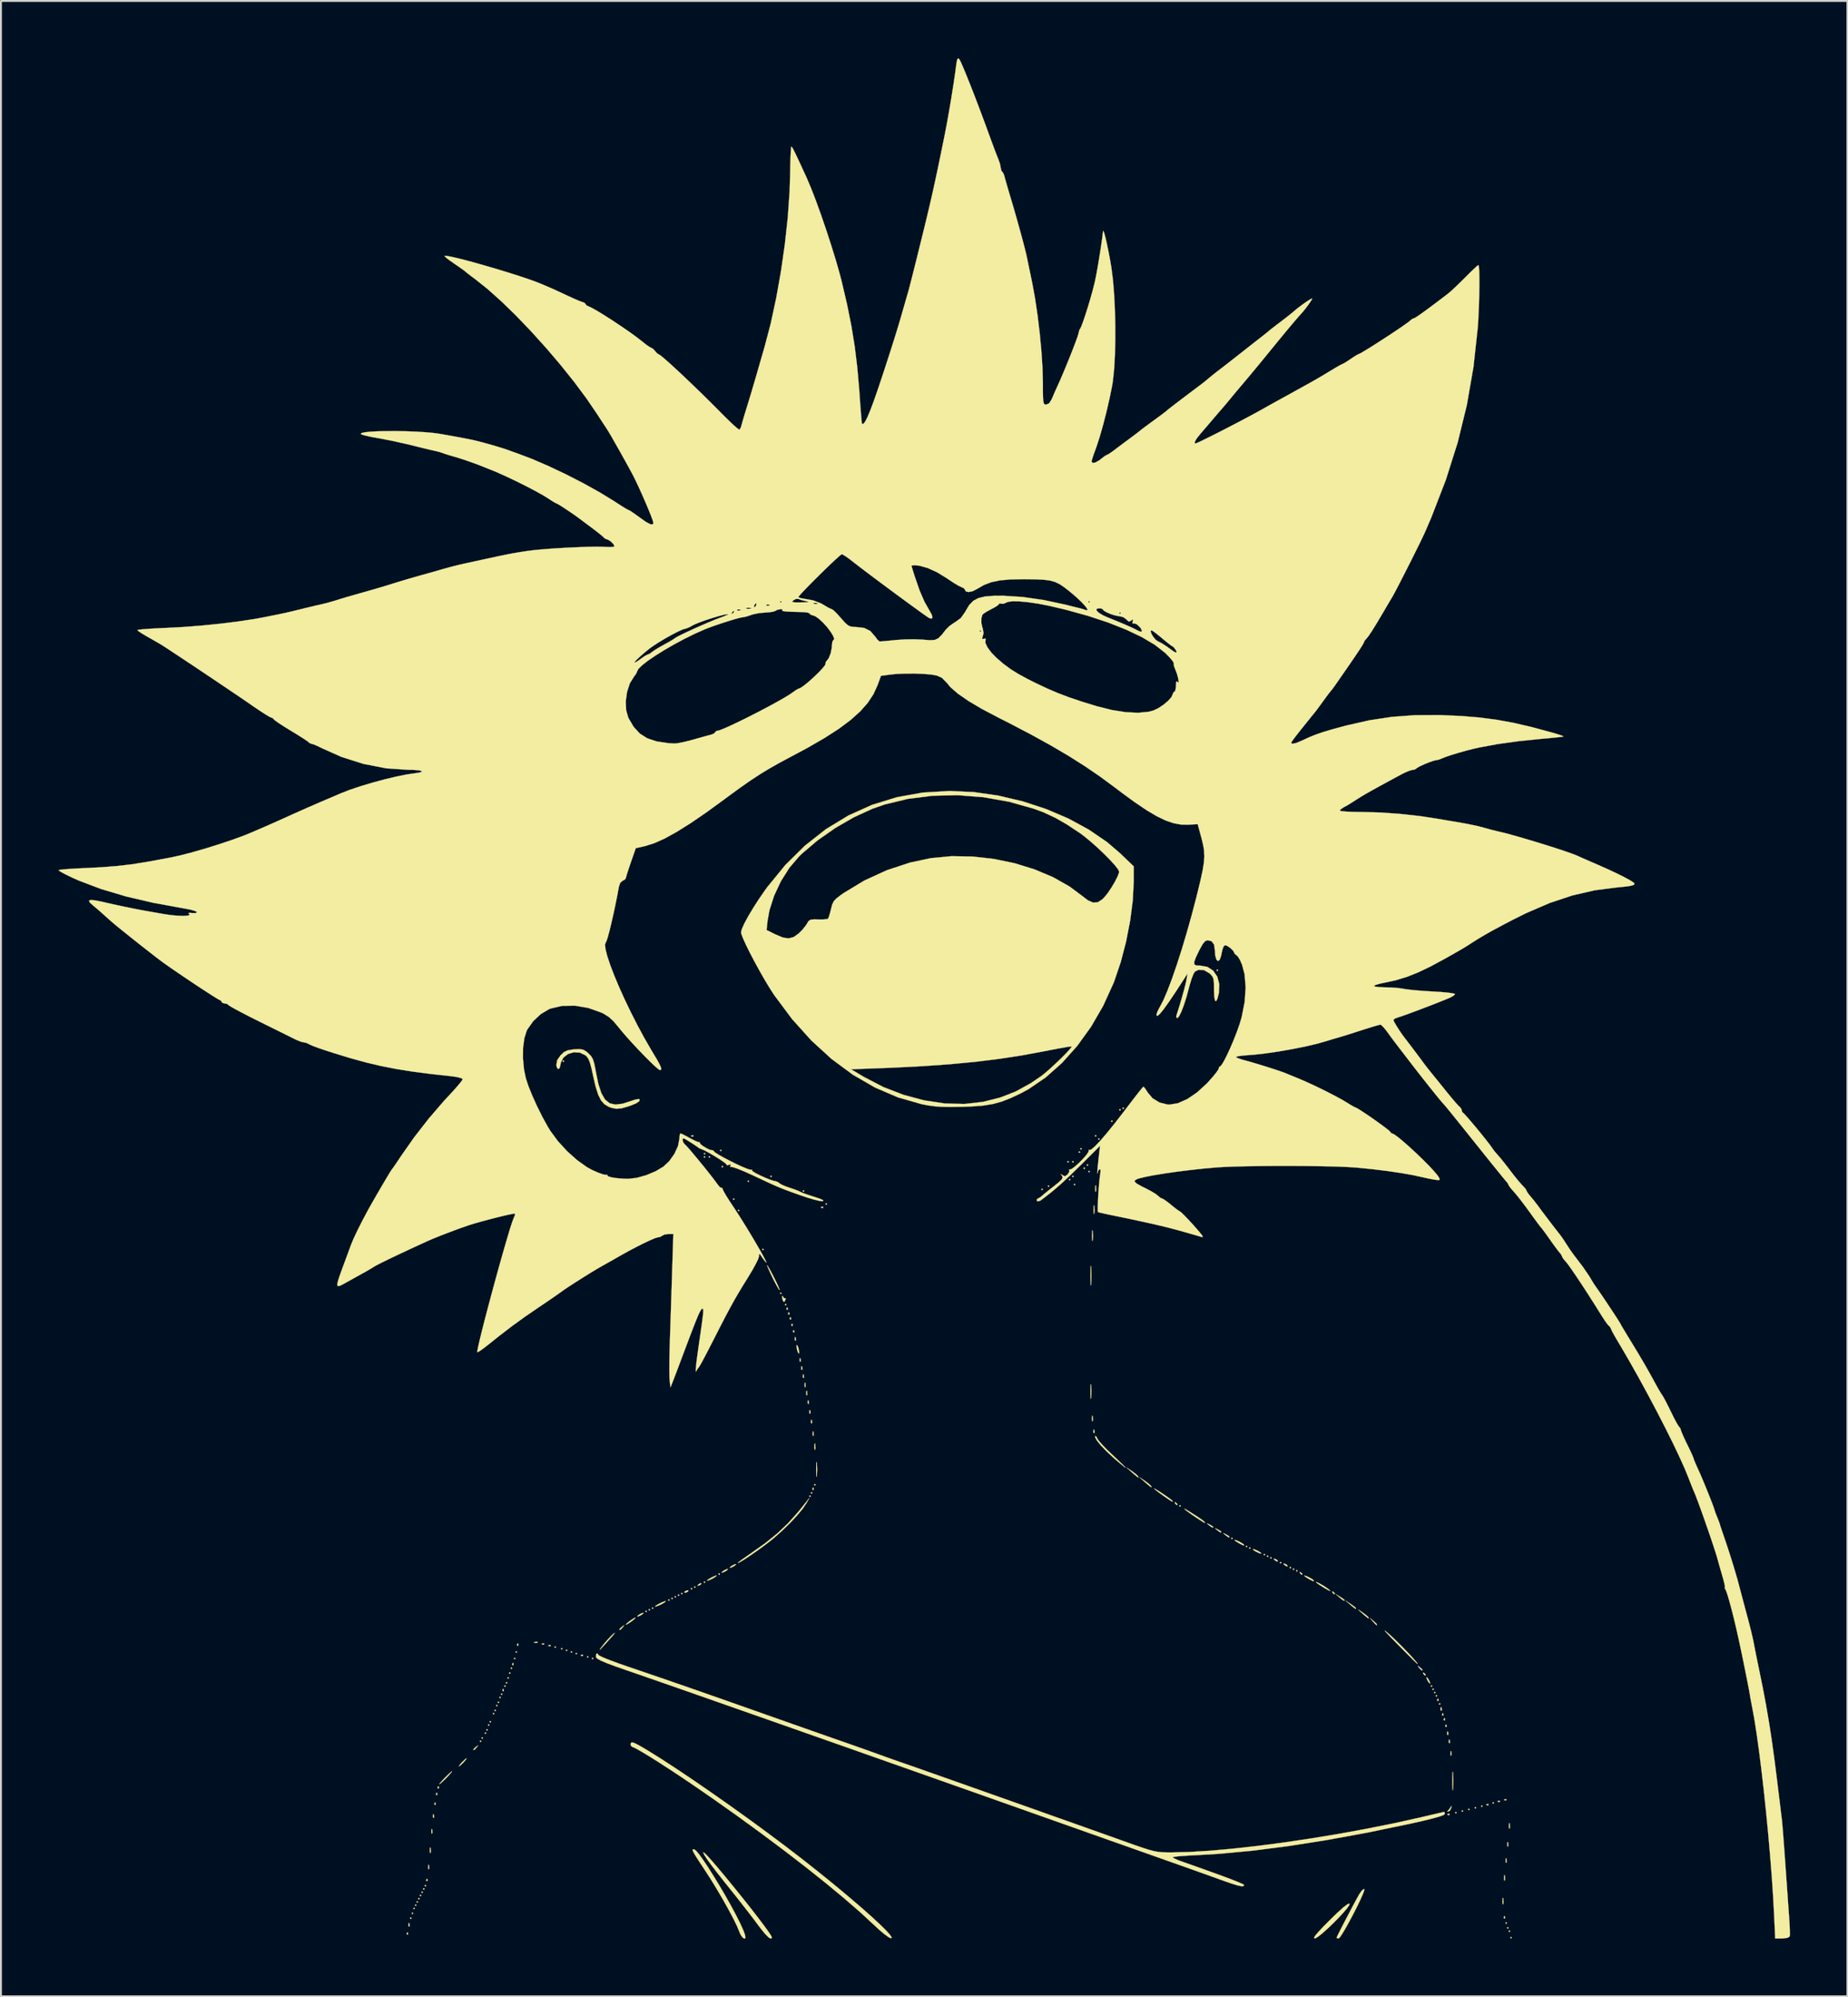
<source format=kicad_pcb>
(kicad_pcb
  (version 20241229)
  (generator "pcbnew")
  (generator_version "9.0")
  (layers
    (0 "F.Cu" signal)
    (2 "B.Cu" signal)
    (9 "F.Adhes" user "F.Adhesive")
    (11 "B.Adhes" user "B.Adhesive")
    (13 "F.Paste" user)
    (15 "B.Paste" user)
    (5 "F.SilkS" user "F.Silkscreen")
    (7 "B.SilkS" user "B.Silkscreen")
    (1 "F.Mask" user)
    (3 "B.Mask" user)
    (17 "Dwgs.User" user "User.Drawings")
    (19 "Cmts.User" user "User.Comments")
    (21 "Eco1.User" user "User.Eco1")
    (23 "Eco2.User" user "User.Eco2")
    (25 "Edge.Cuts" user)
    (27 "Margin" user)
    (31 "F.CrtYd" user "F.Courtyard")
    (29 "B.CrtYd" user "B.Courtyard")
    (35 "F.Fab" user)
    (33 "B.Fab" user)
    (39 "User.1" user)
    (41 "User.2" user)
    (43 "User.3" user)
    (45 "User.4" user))
  (footprint "eduard"
    (layer "F.Cu")
    (at 45.265 48.535)
    (property "Reference" "eduard" (at 0 0 0) (layer "F.SilkS") (effects (font (size 1.524 1.524) (thickness 0.3))))
    (attr through_hole)
    (fp_poly (pts (xy -26.839 48.472) (xy -26.882 48.514) (xy -26.924 48.472) (xy -26.882 48.429) (xy -26.839 48.472)) (stroke (width 0.01) (type solid)) (fill yes) (layer "F.SilkS"))
    (fp_poly (pts (xy -26.755 48.218) (xy -26.797 48.26) (xy -26.839 48.218) (xy -26.797 48.175) (xy -26.755 48.218)) (stroke (width 0.01) (type solid)) (fill yes) (layer "F.SilkS"))
    (fp_poly (pts (xy -26.67 47.964) (xy -26.712 48.006) (xy -26.755 47.964) (xy -26.712 47.921) (xy -26.67 47.964)) (stroke (width 0.01) (type solid)) (fill yes) (layer "F.SilkS"))
    (fp_poly (pts (xy -26.585 47.794) (xy -26.628 47.837) (xy -26.67 47.794) (xy -26.628 47.752) (xy -26.585 47.794)) (stroke (width 0.01) (type solid)) (fill yes) (layer "F.SilkS"))
    (fp_poly (pts (xy -26.501 47.625) (xy -26.543 47.667) (xy -26.585 47.625) (xy -26.543 47.583) (xy -26.501 47.625)) (stroke (width 0.01) (type solid)) (fill yes) (layer "F.SilkS"))
    (fp_poly (pts (xy -26.416 47.456) (xy -26.458 47.498) (xy -26.501 47.456) (xy -26.458 47.413) (xy -26.416 47.456)) (stroke (width 0.01) (type solid)) (fill yes) (layer "F.SilkS"))
    (fp_poly (pts (xy -26.331 47.286) (xy -26.374 47.329) (xy -26.416 47.286) (xy -26.374 47.244) (xy -26.331 47.286)) (stroke (width 0.01) (type solid)) (fill yes) (layer "F.SilkS"))
    (fp_poly (pts (xy -26.247 47.117) (xy -26.289 47.159) (xy -26.331 47.117) (xy -26.289 47.075) (xy -26.247 47.117)) (stroke (width 0.01) (type solid)) (fill yes) (layer "F.SilkS"))
    (fp_poly (pts (xy -26.162 46.948) (xy -26.204 46.99) (xy -26.247 46.948) (xy -26.204 46.905) (xy -26.162 46.948)) (stroke (width 0.01) (type solid)) (fill yes) (layer "F.SilkS"))
    (fp_poly (pts (xy -26.077 46.778) (xy -26.12 46.821) (xy -26.162 46.778) (xy -26.12 46.736) (xy -26.077 46.778)) (stroke (width 0.01) (type solid)) (fill yes) (layer "F.SilkS"))
    (fp_poly (pts (xy -23.199 39.243) (xy -23.241 39.285) (xy -23.283 39.243) (xy -23.241 39.201) (xy -23.199 39.243)) (stroke (width 0.01) (type solid)) (fill yes) (layer "F.SilkS"))
    (fp_poly (pts (xy -23.114 39.074) (xy -23.156 39.116) (xy -23.199 39.074) (xy -23.156 39.031) (xy -23.114 39.074)) (stroke (width 0.01) (type solid)) (fill yes) (layer "F.SilkS"))
    (fp_poly (pts (xy -22.945 38.82) (xy -22.987 38.862) (xy -23.029 38.82) (xy -22.987 38.777) (xy -22.945 38.82)) (stroke (width 0.01) (type solid)) (fill yes) (layer "F.SilkS"))
    (fp_poly (pts (xy -22.86 38.65) (xy -22.902 38.693) (xy -22.945 38.65) (xy -22.902 38.608) (xy -22.86 38.65)) (stroke (width 0.01) (type solid)) (fill yes) (layer "F.SilkS"))
    (fp_poly (pts (xy -22.775 38.396) (xy -22.818 38.439) (xy -22.86 38.396) (xy -22.818 38.354) (xy -22.775 38.396)) (stroke (width 0.01) (type solid)) (fill yes) (layer "F.SilkS"))
    (fp_poly (pts (xy -22.691 38.227) (xy -22.733 38.269) (xy -22.775 38.227) (xy -22.733 38.185) (xy -22.691 38.227)) (stroke (width 0.01) (type solid)) (fill yes) (layer "F.SilkS"))
    (fp_poly (pts (xy -22.521 37.804) (xy -22.564 37.846) (xy -22.606 37.804) (xy -22.564 37.761) (xy -22.521 37.804)) (stroke (width 0.01) (type solid)) (fill yes) (layer "F.SilkS"))
    (fp_poly (pts (xy -22.437 37.634) (xy -22.479 37.677) (xy -22.521 37.634) (xy -22.479 37.592) (xy -22.437 37.634)) (stroke (width 0.01) (type solid)) (fill yes) (layer "F.SilkS"))
    (fp_poly (pts (xy -22.352 37.38) (xy -22.394 37.423) (xy -22.437 37.38) (xy -22.394 37.338) (xy -22.352 37.38)) (stroke (width 0.01) (type solid)) (fill yes) (layer "F.SilkS"))
    (fp_poly (pts (xy -22.267 37.211) (xy -22.31 37.253) (xy -22.352 37.211) (xy -22.31 37.169) (xy -22.267 37.211)) (stroke (width 0.01) (type solid)) (fill yes) (layer "F.SilkS"))
    (fp_poly (pts (xy -22.183 36.957) (xy -22.225 36.999) (xy -22.267 36.957) (xy -22.225 36.915) (xy -22.183 36.957)) (stroke (width 0.01) (type solid)) (fill yes) (layer "F.SilkS"))
    (fp_poly (pts (xy -22.098 36.788) (xy -22.14 36.83) (xy -22.183 36.788) (xy -22.14 36.745) (xy -22.098 36.788)) (stroke (width 0.01) (type solid)) (fill yes) (layer "F.SilkS"))
    (fp_poly (pts (xy -21.929 36.364) (xy -21.971 36.407) (xy -22.013 36.364) (xy -21.971 36.322) (xy -21.929 36.364)) (stroke (width 0.01) (type solid)) (fill yes) (layer "F.SilkS"))
    (fp_poly (pts (xy -21.844 36.195) (xy -21.886 36.237) (xy -21.929 36.195) (xy -21.886 36.153) (xy -21.844 36.195)) (stroke (width 0.01) (type solid)) (fill yes) (layer "F.SilkS"))
    (fp_poly (pts (xy -21.759 35.941) (xy -21.802 35.983) (xy -21.844 35.941) (xy -21.802 35.899) (xy -21.759 35.941)) (stroke (width 0.01) (type solid)) (fill yes) (layer "F.SilkS"))
    (fp_poly (pts (xy -21.675 35.687) (xy -21.717 35.729) (xy -21.759 35.687) (xy -21.717 35.645) (xy -21.675 35.687)) (stroke (width 0.01) (type solid)) (fill yes) (layer "F.SilkS"))
    (fp_poly (pts (xy -21.59 35.433) (xy -21.632 35.475) (xy -21.675 35.433) (xy -21.632 35.391) (xy -21.59 35.433)) (stroke (width 0.01) (type solid)) (fill yes) (layer "F.SilkS"))
    (fp_poly (pts (xy -21.421 34.925) (xy -21.463 34.967) (xy -21.505 34.925) (xy -21.463 34.883) (xy -21.421 34.925)) (stroke (width 0.01) (type solid)) (fill yes) (layer "F.SilkS"))
    (fp_poly (pts (xy -21.336 34.586) (xy -21.378 34.629) (xy -21.421 34.586) (xy -21.378 34.544) (xy -21.336 34.586)) (stroke (width 0.01) (type solid)) (fill yes) (layer "F.SilkS"))
    (fp_poly (pts (xy -19.304 34.332) (xy -19.346 34.375) (xy -19.389 34.332) (xy -19.346 34.29) (xy -19.304 34.332)) (stroke (width 0.01) (type solid)) (fill yes) (layer "F.SilkS"))
    (fp_poly (pts (xy -18.965 34.417) (xy -19.008 34.459) (xy -19.05 34.417) (xy -19.008 34.375) (xy -18.965 34.417)) (stroke (width 0.01) (type solid)) (fill yes) (layer "F.SilkS"))
    (fp_poly (pts (xy -18.881 3.768) (xy -18.923 3.81) (xy -18.965 3.768) (xy -18.923 3.725) (xy -18.881 3.768)) (stroke (width 0.01) (type solid)) (fill yes) (layer "F.SilkS"))
    (fp_poly (pts (xy -18.711 34.502) (xy -18.754 34.544) (xy -18.796 34.502) (xy -18.754 34.459) (xy -18.711 34.502)) (stroke (width 0.01) (type solid)) (fill yes) (layer "F.SilkS"))
    (fp_poly (pts (xy -18.457 34.586) (xy -18.5 34.629) (xy -18.542 34.586) (xy -18.5 34.544) (xy -18.457 34.586)) (stroke (width 0.01) (type solid)) (fill yes) (layer "F.SilkS"))
    (fp_poly (pts (xy -18.203 34.671) (xy -18.246 34.713) (xy -18.288 34.671) (xy -18.246 34.629) (xy -18.203 34.671)) (stroke (width 0.01) (type solid)) (fill yes) (layer "F.SilkS"))
    (fp_poly (pts (xy -17.611 34.84) (xy -17.653 34.883) (xy -17.695 34.84) (xy -17.653 34.798) (xy -17.611 34.84)) (stroke (width 0.01) (type solid)) (fill yes) (layer "F.SilkS"))
    (fp_poly (pts (xy -17.357 34.925) (xy -17.399 34.967) (xy -17.441 34.925) (xy -17.399 34.883) (xy -17.357 34.925)) (stroke (width 0.01) (type solid)) (fill yes) (layer "F.SilkS"))
    (fp_poly (pts (xy -14.563 32.47) (xy -14.605 32.512) (xy -14.647 32.47) (xy -14.605 32.427) (xy -14.563 32.47)) (stroke (width 0.01) (type solid)) (fill yes) (layer "F.SilkS"))
    (fp_poly (pts (xy -14.393 32.385) (xy -14.436 32.427) (xy -14.478 32.385) (xy -14.436 32.343) (xy -14.393 32.385)) (stroke (width 0.01) (type solid)) (fill yes) (layer "F.SilkS"))
    (fp_poly (pts (xy -14.224 32.3) (xy -14.266 32.343) (xy -14.309 32.3) (xy -14.266 32.258) (xy -14.224 32.3)) (stroke (width 0.01) (type solid)) (fill yes) (layer "F.SilkS"))
    (fp_poly (pts (xy -13.377 31.877) (xy -13.42 31.919) (xy -13.462 31.877) (xy -13.42 31.835) (xy -13.377 31.877)) (stroke (width 0.01) (type solid)) (fill yes) (layer "F.SilkS"))
    (fp_poly (pts (xy -13.208 31.792) (xy -13.25 31.835) (xy -13.293 31.792) (xy -13.25 31.75) (xy -13.208 31.792)) (stroke (width 0.01) (type solid)) (fill yes) (layer "F.SilkS"))
    (fp_poly (pts (xy -13.039 31.708) (xy -13.081 31.75) (xy -13.123 31.708) (xy -13.081 31.665) (xy -13.039 31.708)) (stroke (width 0.01) (type solid)) (fill yes) (layer "F.SilkS"))
    (fp_poly (pts (xy -12.869 31.623) (xy -12.912 31.665) (xy -12.954 31.623) (xy -12.912 31.581) (xy -12.869 31.623)) (stroke (width 0.01) (type solid)) (fill yes) (layer "F.SilkS"))
    (fp_poly (pts (xy -12.7 31.538) (xy -12.742 31.581) (xy -12.785 31.538) (xy -12.742 31.496) (xy -12.7 31.538)) (stroke (width 0.01) (type solid)) (fill yes) (layer "F.SilkS"))
    (fp_poly (pts (xy -12.192 31.284) (xy -12.234 31.327) (xy -12.277 31.284) (xy -12.234 31.242) (xy -12.192 31.284)) (stroke (width 0.01) (type solid)) (fill yes) (layer "F.SilkS"))
    (fp_poly (pts (xy -12.023 31.2) (xy -12.065 31.242) (xy -12.107 31.2) (xy -12.065 31.157) (xy -12.023 31.2)) (stroke (width 0.01) (type solid)) (fill yes) (layer "F.SilkS"))
    (fp_poly (pts (xy -11.515 8.594) (xy -11.557 8.636) (xy -11.599 8.594) (xy -11.557 8.551) (xy -11.515 8.594)) (stroke (width 0.01) (type solid)) (fill yes) (layer "F.SilkS"))
    (fp_poly (pts (xy -11.515 8.763) (xy -11.557 8.805) (xy -11.599 8.763) (xy -11.557 8.721) (xy -11.515 8.763)) (stroke (width 0.01) (type solid)) (fill yes) (layer "F.SilkS"))
    (fp_poly (pts (xy -11.515 30.946) (xy -11.557 30.988) (xy -11.599 30.946) (xy -11.557 30.903) (xy -11.515 30.946)) (stroke (width 0.01) (type solid)) (fill yes) (layer "F.SilkS"))
    (fp_poly (pts (xy -11.261 8.763) (xy -11.303 8.805) (xy -11.345 8.763) (xy -11.303 8.721) (xy -11.261 8.763)) (stroke (width 0.01) (type solid)) (fill yes) (layer "F.SilkS"))
    (fp_poly (pts (xy -10.753 30.522) (xy -10.795 30.565) (xy -10.837 30.522) (xy -10.795 30.48) (xy -10.753 30.522)) (stroke (width 0.01) (type solid)) (fill yes) (layer "F.SilkS"))
    (fp_poly (pts (xy -10.668 8.424) (xy -10.71 8.467) (xy -10.753 8.424) (xy -10.71 8.382) (xy -10.668 8.424)) (stroke (width 0.01) (type solid)) (fill yes) (layer "F.SilkS"))
    (fp_poly (pts (xy -10.583 9.271) (xy -10.626 9.313) (xy -10.668 9.271) (xy -10.626 9.229) (xy -10.583 9.271)) (stroke (width 0.01) (type solid)) (fill yes) (layer "F.SilkS"))
    (fp_poly (pts (xy -9.991 10.964) (xy -10.033 11.007) (xy -10.075 10.964) (xy -10.033 10.922) (xy -9.991 10.964)) (stroke (width 0.01) (type solid)) (fill yes) (layer "F.SilkS"))
    (fp_poly (pts (xy -9.737 11.557) (xy -9.779 11.599) (xy -9.821 11.557) (xy -9.779 11.515) (xy -9.737 11.557)) (stroke (width 0.01) (type solid)) (fill yes) (layer "F.SilkS"))
    (fp_poly (pts (xy -9.229 10.033) (xy -9.271 10.075) (xy -9.313 10.033) (xy -9.271 9.991) (xy -9.229 10.033)) (stroke (width 0.01) (type solid)) (fill yes) (layer "F.SilkS"))
    (fp_poly (pts (xy -8.467 13.589) (xy -8.509 13.631) (xy -8.551 13.589) (xy -8.509 13.547) (xy -8.467 13.589)) (stroke (width 0.01) (type solid)) (fill yes) (layer "F.SilkS"))
    (fp_poly (pts (xy -8.043 9.779) (xy -8.086 9.821) (xy -8.128 9.779) (xy -8.086 9.737) (xy -8.043 9.779)) (stroke (width 0.01) (type solid)) (fill yes) (layer "F.SilkS"))
    (fp_poly (pts (xy -7.535 15.875) (xy -7.578 15.917) (xy -7.62 15.875) (xy -7.578 15.833) (xy -7.535 15.875)) (stroke (width 0.01) (type solid)) (fill yes) (layer "F.SilkS"))
    (fp_poly (pts (xy -7.281 16.468) (xy -7.324 16.51) (xy -7.366 16.468) (xy -7.324 16.425) (xy -7.281 16.468)) (stroke (width 0.01) (type solid)) (fill yes) (layer "F.SilkS"))
    (fp_poly (pts (xy -6.35 10.541) (xy -6.392 10.583) (xy -6.435 10.541) (xy -6.392 10.499) (xy -6.35 10.541)) (stroke (width 0.01) (type solid)) (fill yes) (layer "F.SilkS"))
    (fp_poly (pts (xy -6.011 26.458) (xy -6.054 26.501) (xy -6.096 26.458) (xy -6.054 26.416) (xy -6.011 26.458)) (stroke (width 0.01) (type solid)) (fill yes) (layer "F.SilkS"))
    (fp_poly (pts (xy -5.927 26.289) (xy -5.969 26.331) (xy -6.011 26.289) (xy -5.969 26.247) (xy -5.927 26.289)) (stroke (width 0.01) (type solid)) (fill yes) (layer "F.SilkS"))
    (fp_poly (pts (xy -5.757 25.866) (xy -5.8 25.908) (xy -5.842 25.866) (xy -5.8 25.823) (xy -5.757 25.866)) (stroke (width 0.01) (type solid)) (fill yes) (layer "F.SilkS"))
    (fp_poly (pts (xy -5.165 11.218) (xy -5.207 11.261) (xy -5.249 11.218) (xy -5.207 11.176) (xy -5.165 11.218)) (stroke (width 0.01) (type solid)) (fill yes) (layer "F.SilkS"))
    (fp_poly (pts (xy 6.096 10.456) (xy 6.054 10.499) (xy 6.011 10.456) (xy 6.054 10.414) (xy 6.096 10.456)) (stroke (width 0.01) (type solid)) (fill yes) (layer "F.SilkS"))
    (fp_poly (pts (xy 6.435 10.287) (xy 6.392 10.329) (xy 6.35 10.287) (xy 6.392 10.245) (xy 6.435 10.287)) (stroke (width 0.01) (type solid)) (fill yes) (layer "F.SilkS"))
    (fp_poly (pts (xy 7.451 9.017) (xy 7.408 9.059) (xy 7.366 9.017) (xy 7.408 8.975) (xy 7.451 9.017)) (stroke (width 0.01) (type solid)) (fill yes) (layer "F.SilkS"))
    (fp_poly (pts (xy 7.535 9.948) (xy 7.493 9.991) (xy 7.451 9.948) (xy 7.493 9.906) (xy 7.535 9.948)) (stroke (width 0.01) (type solid)) (fill yes) (layer "F.SilkS"))
    (fp_poly (pts (xy 7.705 9.017) (xy 7.662 9.059) (xy 7.62 9.017) (xy 7.662 8.975) (xy 7.705 9.017)) (stroke (width 0.01) (type solid)) (fill yes) (layer "F.SilkS"))
    (fp_poly (pts (xy 7.705 9.779) (xy 7.662 9.821) (xy 7.62 9.779) (xy 7.662 9.737) (xy 7.705 9.779)) (stroke (width 0.01) (type solid)) (fill yes) (layer "F.SilkS"))
    (fp_poly (pts (xy 7.789 10.202) (xy 7.747 10.245) (xy 7.705 10.202) (xy 7.747 10.16) (xy 7.789 10.202)) (stroke (width 0.01) (type solid)) (fill yes) (layer "F.SilkS"))
    (fp_poly (pts (xy 8.043 8.509) (xy 8.001 8.551) (xy 7.959 8.509) (xy 8.001 8.467) (xy 8.043 8.509)) (stroke (width 0.01) (type solid)) (fill yes) (layer "F.SilkS"))
    (fp_poly (pts (xy 8.128 8.34) (xy 8.086 8.382) (xy 8.043 8.34) (xy 8.086 8.297) (xy 8.128 8.34)) (stroke (width 0.01) (type solid)) (fill yes) (layer "F.SilkS"))
    (fp_poly (pts (xy 8.297 9.356) (xy 8.255 9.398) (xy 8.213 9.356) (xy 8.255 9.313) (xy 8.297 9.356)) (stroke (width 0.01) (type solid)) (fill yes) (layer "F.SilkS"))
    (fp_poly (pts (xy 8.467 9.186) (xy 8.424 9.229) (xy 8.382 9.186) (xy 8.424 9.144) (xy 8.467 9.186)) (stroke (width 0.01) (type solid)) (fill yes) (layer "F.SilkS"))
    (fp_poly (pts (xy 8.551 9.525) (xy 8.509 9.567) (xy 8.467 9.525) (xy 8.509 9.483) (xy 8.551 9.525)) (stroke (width 0.01) (type solid)) (fill yes) (layer "F.SilkS"))
    (fp_poly (pts (xy 8.89 7.662) (xy 8.848 7.705) (xy 8.805 7.662) (xy 8.848 7.62) (xy 8.89 7.662)) (stroke (width 0.01) (type solid)) (fill yes) (layer "F.SilkS"))
    (fp_poly (pts (xy 9.059 7.832) (xy 9.017 7.874) (xy 8.975 7.832) (xy 9.017 7.789) (xy 9.059 7.832)) (stroke (width 0.01) (type solid)) (fill yes) (layer "F.SilkS"))
    (fp_poly (pts (xy 9.737 6.9) (xy 9.694 6.943) (xy 9.652 6.9) (xy 9.694 6.858) (xy 9.737 6.9)) (stroke (width 0.01) (type solid)) (fill yes) (layer "F.SilkS"))
    (fp_poly (pts (xy 10.16 6.308) (xy 10.118 6.35) (xy 10.075 6.308) (xy 10.118 6.265) (xy 10.16 6.308)) (stroke (width 0.01) (type solid)) (fill yes) (layer "F.SilkS"))
    (fp_poly (pts (xy 10.329 6.223) (xy 10.287 6.265) (xy 10.245 6.223) (xy 10.287 6.181) (xy 10.329 6.223)) (stroke (width 0.01) (type solid)) (fill yes) (layer "F.SilkS"))
    (fp_poly (pts (xy 13.293 26.966) (xy 13.25 27.009) (xy 13.208 26.966) (xy 13.25 26.924) (xy 13.293 26.966)) (stroke (width 0.01) (type solid)) (fill yes) (layer "F.SilkS"))
    (fp_poly (pts (xy 15.24 -0.974) (xy 15.198 -0.931) (xy 15.155 -0.974) (xy 15.198 -1.016) (xy 15.24 -0.974)) (stroke (width 0.01) (type solid)) (fill yes) (layer "F.SilkS"))
    (fp_poly (pts (xy 16.002 28.66) (xy 15.96 28.702) (xy 15.917 28.66) (xy 15.96 28.617) (xy 16.002 28.66)) (stroke (width 0.01) (type solid)) (fill yes) (layer "F.SilkS"))
    (fp_poly (pts (xy 16.764 29.083) (xy 16.722 29.125) (xy 16.679 29.083) (xy 16.722 29.041) (xy 16.764 29.083)) (stroke (width 0.01) (type solid)) (fill yes) (layer "F.SilkS"))
    (fp_poly (pts (xy 16.933 29.168) (xy 16.891 29.21) (xy 16.849 29.168) (xy 16.891 29.125) (xy 16.933 29.168)) (stroke (width 0.01) (type solid)) (fill yes) (layer "F.SilkS"))
    (fp_poly (pts (xy 17.695 29.506) (xy 17.653 29.549) (xy 17.611 29.506) (xy 17.653 29.464) (xy 17.695 29.506)) (stroke (width 0.01) (type solid)) (fill yes) (layer "F.SilkS"))
    (fp_poly (pts (xy 17.865 29.591) (xy 17.822 29.633) (xy 17.78 29.591) (xy 17.822 29.549) (xy 17.865 29.591)) (stroke (width 0.01) (type solid)) (fill yes) (layer "F.SilkS"))
    (fp_poly (pts (xy 18.034 29.676) (xy 17.992 29.718) (xy 17.949 29.676) (xy 17.992 29.633) (xy 18.034 29.676)) (stroke (width 0.01) (type solid)) (fill yes) (layer "F.SilkS"))
    (fp_poly (pts (xy 18.542 29.93) (xy 18.5 29.972) (xy 18.457 29.93) (xy 18.5 29.887) (xy 18.542 29.93)) (stroke (width 0.01) (type solid)) (fill yes) (layer "F.SilkS"))
    (fp_poly (pts (xy 19.05 30.184) (xy 19.008 30.226) (xy 18.965 30.184) (xy 19.008 30.141) (xy 19.05 30.184)) (stroke (width 0.01) (type solid)) (fill yes) (layer "F.SilkS"))
    (fp_poly (pts (xy 19.219 30.268) (xy 19.177 30.311) (xy 19.135 30.268) (xy 19.177 30.226) (xy 19.219 30.268)) (stroke (width 0.01) (type solid)) (fill yes) (layer "F.SilkS"))
    (fp_poly (pts (xy 19.389 30.353) (xy 19.346 30.395) (xy 19.304 30.353) (xy 19.346 30.311) (xy 19.389 30.353)) (stroke (width 0.01) (type solid)) (fill yes) (layer "F.SilkS"))
    (fp_poly (pts (xy 26.416 36.364) (xy 26.374 36.407) (xy 26.331 36.364) (xy 26.374 36.322) (xy 26.416 36.364)) (stroke (width 0.01) (type solid)) (fill yes) (layer "F.SilkS"))
    (fp_poly (pts (xy 26.501 36.534) (xy 26.458 36.576) (xy 26.416 36.534) (xy 26.458 36.491) (xy 26.501 36.534)) (stroke (width 0.01) (type solid)) (fill yes) (layer "F.SilkS"))
    (fp_poly (pts (xy 26.585 36.703) (xy 26.543 36.745) (xy 26.501 36.703) (xy 26.543 36.661) (xy 26.585 36.703)) (stroke (width 0.01) (type solid)) (fill yes) (layer "F.SilkS"))
    (fp_poly (pts (xy 26.67 36.872) (xy 26.628 36.915) (xy 26.585 36.872) (xy 26.628 36.83) (xy 26.67 36.872)) (stroke (width 0.01) (type solid)) (fill yes) (layer "F.SilkS"))
    (fp_poly (pts (xy 26.839 37.296) (xy 26.797 37.338) (xy 26.755 37.296) (xy 26.797 37.253) (xy 26.839 37.296)) (stroke (width 0.01) (type solid)) (fill yes) (layer "F.SilkS"))
    (fp_poly (pts (xy 27.686 42.968) (xy 27.644 43.011) (xy 27.601 42.968) (xy 27.644 42.926) (xy 27.686 42.968)) (stroke (width 0.01) (type solid)) (fill yes) (layer "F.SilkS"))
    (fp_poly (pts (xy 28.025 42.884) (xy 27.982 42.926) (xy 27.94 42.884) (xy 27.982 42.841) (xy 28.025 42.884)) (stroke (width 0.01) (type solid)) (fill yes) (layer "F.SilkS"))
    (fp_poly (pts (xy 28.363 42.799) (xy 28.321 42.841) (xy 28.279 42.799) (xy 28.321 42.757) (xy 28.363 42.799)) (stroke (width 0.01) (type solid)) (fill yes) (layer "F.SilkS"))
    (fp_poly (pts (xy 28.702 42.714) (xy 28.66 42.757) (xy 28.617 42.714) (xy 28.66 42.672) (xy 28.702 42.714)) (stroke (width 0.01) (type solid)) (fill yes) (layer "F.SilkS"))
    (fp_poly (pts (xy 29.041 42.63) (xy 28.998 42.672) (xy 28.956 42.63) (xy 28.998 42.587) (xy 29.041 42.63)) (stroke (width 0.01) (type solid)) (fill yes) (layer "F.SilkS"))
    (fp_poly (pts (xy 29.633 42.46) (xy 29.591 42.503) (xy 29.549 42.46) (xy 29.591 42.418) (xy 29.633 42.46)) (stroke (width 0.01) (type solid)) (fill yes) (layer "F.SilkS"))
    (fp_poly (pts (xy 30.311 48.726) (xy 30.268 48.768) (xy 30.226 48.726) (xy 30.268 48.683) (xy 30.311 48.726)) (stroke (width 0.01) (type solid)) (fill yes) (layer "F.SilkS"))
    (fp_poly (pts (xy 30.395 48.98) (xy 30.353 49.022) (xy 30.311 48.98) (xy 30.353 48.937) (xy 30.395 48.98)) (stroke (width 0.01) (type solid)) (fill yes) (layer "F.SilkS"))
    (fp_poly (pts (xy 30.48 49.149) (xy 30.438 49.191) (xy 30.395 49.149) (xy 30.438 49.107) (xy 30.48 49.149)) (stroke (width 0.01) (type solid)) (fill yes) (layer "F.SilkS"))
    (fp_poly (pts (xy 30.565 49.488) (xy 30.522 49.53) (xy 30.48 49.488) (xy 30.522 49.445) (xy 30.565 49.488)) (stroke (width 0.01) (type solid)) (fill yes) (layer "F.SilkS"))
    (fp_poly (pts (xy -27.037 49.22) (xy -27.027 49.32) (xy -27.037 49.332) (xy -27.087 49.321) (xy -27.093 49.276) (xy -27.062 49.206) (xy -27.037 49.22)) (stroke (width 0.01) (type solid)) (fill yes) (layer "F.SilkS"))
    (fp_poly (pts (xy -26.951 48.752) (xy -26.941 48.884) (xy -26.958 48.914) (xy -26.996 48.889) (xy -27.002 48.803) (xy -26.981 48.713) (xy -26.951 48.752)) (stroke (width 0.01) (type solid)) (fill yes) (layer "F.SilkS"))
    (fp_poly (pts (xy -26.021 46.426) (xy -26.011 46.526) (xy -26.021 46.538) (xy -26.071 46.527) (xy -26.077 46.482) (xy -26.046 46.412) (xy -26.021 46.426)) (stroke (width 0.01) (type solid)) (fill yes) (layer "F.SilkS"))
    (fp_poly (pts (xy -25.937 45.699) (xy -25.925 45.872) (xy -25.937 45.91) (xy -25.967 45.921) (xy -25.979 45.805) (xy -25.966 45.684) (xy -25.937 45.699)) (stroke (width 0.01) (type solid)) (fill yes) (layer "F.SilkS"))
    (fp_poly (pts (xy -25.767 43.836) (xy -25.756 44.01) (xy -25.767 44.048) (xy -25.798 44.058) (xy -25.81 43.942) (xy -25.797 43.822) (xy -25.767 43.836)) (stroke (width 0.01) (type solid)) (fill yes) (layer "F.SilkS"))
    (fp_poly (pts (xy -25.681 43.079) (xy -25.671 43.212) (xy -25.688 43.242) (xy -25.726 43.216) (xy -25.732 43.131) (xy -25.711 43.04) (xy -25.681 43.079)) (stroke (width 0.01) (type solid)) (fill yes) (layer "F.SilkS"))
    (fp_poly (pts (xy -25.598 42.446) (xy -25.587 42.547) (xy -25.598 42.559) (xy -25.648 42.547) (xy -25.654 42.503) (xy -25.623 42.433) (xy -25.598 42.446)) (stroke (width 0.01) (type solid)) (fill yes) (layer "F.SilkS"))
    (fp_poly (pts (xy -25.513 41.938) (xy -25.503 42.039) (xy -25.513 42.051) (xy -25.563 42.039) (xy -25.569 41.995) (xy -25.538 41.925) (xy -25.513 41.938)) (stroke (width 0.01) (type solid)) (fill yes) (layer "F.SilkS"))
    (fp_poly (pts (xy -25.428 41.6) (xy -25.418 41.7) (xy -25.428 41.712) (xy -25.479 41.701) (xy -25.485 41.656) (xy -25.454 41.586) (xy -25.428 41.6)) (stroke (width 0.01) (type solid)) (fill yes) (layer "F.SilkS"))
    (fp_poly (pts (xy -22.042 36.52) (xy -22.031 36.62) (xy -22.042 36.632) (xy -22.092 36.621) (xy -22.098 36.576) (xy -22.067 36.506) (xy -22.042 36.52)) (stroke (width 0.01) (type solid)) (fill yes) (layer "F.SilkS"))
    (fp_poly (pts (xy -21.534 35.165) (xy -21.523 35.265) (xy -21.534 35.278) (xy -21.584 35.266) (xy -21.59 35.221) (xy -21.559 35.152) (xy -21.534 35.165)) (stroke (width 0.01) (type solid)) (fill yes) (layer "F.SilkS"))
    (fp_poly (pts (xy -21.28 34.149) (xy -21.269 34.249) (xy -21.28 34.262) (xy -21.33 34.25) (xy -21.336 34.205) (xy -21.305 34.136) (xy -21.28 34.149)) (stroke (width 0.01) (type solid)) (fill yes) (layer "F.SilkS"))
    (fp_poly (pts (xy -20.258 34.07) (xy -20.284 34.108) (xy -20.369 34.114) (xy -20.46 34.093) (xy -20.421 34.063) (xy -20.288 34.053) (xy -20.258 34.07)) (stroke (width 0.01) (type solid)) (fill yes) (layer "F.SilkS"))
    (fp_poly (pts (xy -19.925 34.149) (xy -19.937 34.199) (xy -19.981 34.205) (xy -20.051 34.174) (xy -20.038 34.149) (xy -19.937 34.139) (xy -19.925 34.149)) (stroke (width 0.01) (type solid)) (fill yes) (layer "F.SilkS"))
    (fp_poly (pts (xy -19.586 34.234) (xy -19.598 34.284) (xy -19.643 34.29) (xy -19.712 34.259) (xy -19.699 34.234) (xy -19.599 34.223) (xy -19.586 34.234)) (stroke (width 0.01) (type solid)) (fill yes) (layer "F.SilkS"))
    (fp_poly (pts (xy -17.893 34.742) (xy -17.905 34.792) (xy -17.949 34.798) (xy -18.019 34.767) (xy -18.006 34.742) (xy -17.905 34.731) (xy -17.893 34.742)) (stroke (width 0.01) (type solid)) (fill yes) (layer "F.SilkS"))
    (fp_poly (pts (xy -12.136 7.648) (xy -12.147 7.699) (xy -12.192 7.705) (xy -12.262 7.674) (xy -12.248 7.648) (xy -12.148 7.638) (xy -12.136 7.648)) (stroke (width 0.01) (type solid)) (fill yes) (layer "F.SilkS"))
    (fp_poly (pts (xy -7.225 16.623) (xy -7.215 16.723) (xy -7.225 16.736) (xy -7.275 16.724) (xy -7.281 16.679) (xy -7.25 16.61) (xy -7.225 16.623)) (stroke (width 0.01) (type solid)) (fill yes) (layer "F.SilkS"))
    (fp_poly (pts (xy -7.14 16.877) (xy -7.13 16.977) (xy -7.14 16.99) (xy -7.191 16.978) (xy -7.197 16.933) (xy -7.166 16.864) (xy -7.14 16.877)) (stroke (width 0.01) (type solid)) (fill yes) (layer "F.SilkS"))
    (fp_poly (pts (xy -7.056 17.131) (xy -7.045 17.231) (xy -7.056 17.244) (xy -7.106 17.232) (xy -7.112 17.187) (xy -7.081 17.118) (xy -7.056 17.131)) (stroke (width 0.01) (type solid)) (fill yes) (layer "F.SilkS"))
    (fp_poly (pts (xy -6.971 17.47) (xy -6.961 17.57) (xy -6.971 17.582) (xy -7.021 17.571) (xy -7.027 17.526) (xy -6.996 17.456) (xy -6.971 17.47)) (stroke (width 0.01) (type solid)) (fill yes) (layer "F.SilkS"))
    (fp_poly (pts (xy -6.886 17.808) (xy -6.876 17.909) (xy -6.886 17.921) (xy -6.937 17.909) (xy -6.943 17.865) (xy -6.912 17.795) (xy -6.886 17.808)) (stroke (width 0.01) (type solid)) (fill yes) (layer "F.SilkS"))
    (fp_poly (pts (xy -6.8 18.187) (xy -6.79 18.32) (xy -6.807 18.35) (xy -6.845 18.324) (xy -6.851 18.239) (xy -6.831 18.148) (xy -6.8 18.187)) (stroke (width 0.01) (type solid)) (fill yes) (layer "F.SilkS"))
    (fp_poly (pts (xy -6.546 19.288) (xy -6.536 19.42) (xy -6.553 19.45) (xy -6.591 19.425) (xy -6.597 19.339) (xy -6.577 19.249) (xy -6.546 19.288)) (stroke (width 0.01) (type solid)) (fill yes) (layer "F.SilkS"))
    (fp_poly (pts (xy -6.461 19.711) (xy -6.451 19.844) (xy -6.468 19.874) (xy -6.507 19.848) (xy -6.513 19.763) (xy -6.492 19.672) (xy -6.461 19.711)) (stroke (width 0.01) (type solid)) (fill yes) (layer "F.SilkS"))
    (fp_poly (pts (xy -6.377 20.135) (xy -6.367 20.267) (xy -6.384 20.297) (xy -6.422 20.272) (xy -6.428 20.186) (xy -6.407 20.096) (xy -6.377 20.135)) (stroke (width 0.01) (type solid)) (fill yes) (layer "F.SilkS"))
    (fp_poly (pts (xy -6.294 20.553) (xy -6.283 20.726) (xy -6.294 20.765) (xy -6.325 20.775) (xy -6.337 20.659) (xy -6.323 20.538) (xy -6.294 20.553)) (stroke (width 0.01) (type solid)) (fill yes) (layer "F.SilkS"))
    (fp_poly (pts (xy -6.209 20.976) (xy -6.198 21.15) (xy -6.209 21.188) (xy -6.24 21.198) (xy -6.252 21.082) (xy -6.239 20.962) (xy -6.209 20.976)) (stroke (width 0.01) (type solid)) (fill yes) (layer "F.SilkS"))
    (fp_poly (pts (xy -6.123 21.489) (xy -6.113 21.622) (xy -6.13 21.652) (xy -6.168 21.626) (xy -6.174 21.541) (xy -6.153 21.45) (xy -6.123 21.489)) (stroke (width 0.01) (type solid)) (fill yes) (layer "F.SilkS"))
    (fp_poly (pts (xy -6.038 21.997) (xy -6.028 22.13) (xy -6.045 22.16) (xy -6.083 22.134) (xy -6.089 22.049) (xy -6.069 21.958) (xy -6.038 21.997)) (stroke (width 0.01) (type solid)) (fill yes) (layer "F.SilkS"))
    (fp_poly (pts (xy -5.953 22.505) (xy -5.943 22.638) (xy -5.96 22.668) (xy -5.999 22.642) (xy -6.005 22.557) (xy -5.984 22.466) (xy -5.953 22.505)) (stroke (width 0.01) (type solid)) (fill yes) (layer "F.SilkS"))
    (fp_poly (pts (xy -5.871 23.093) (xy -5.859 23.266) (xy -5.871 23.305) (xy -5.901 23.315) (xy -5.913 23.199) (xy -5.9 23.078) (xy -5.871 23.093)) (stroke (width 0.01) (type solid)) (fill yes) (layer "F.SilkS"))
    (fp_poly (pts (xy -5.87 26.021) (xy -5.86 26.121) (xy -5.87 26.134) (xy -5.921 26.122) (xy -5.927 26.077) (xy -5.896 26.008) (xy -5.87 26.021)) (stroke (width 0.01) (type solid)) (fill yes) (layer "F.SilkS"))
    (fp_poly (pts (xy -5.362 11.374) (xy -5.374 11.424) (xy -5.419 11.43) (xy -5.488 11.399) (xy -5.475 11.374) (xy -5.375 11.363) (xy -5.362 11.374)) (stroke (width 0.01) (type solid)) (fill yes) (layer "F.SilkS"))
    (fp_poly (pts (xy 8.779 23.013) (xy 8.789 23.146) (xy 8.772 23.176) (xy 8.733 23.15) (xy 8.727 23.065) (xy 8.748 22.974) (xy 8.779 23.013)) (stroke (width 0.01) (type solid)) (fill yes) (layer "F.SilkS"))
    (fp_poly (pts (xy 26.726 37.028) (xy 26.737 37.128) (xy 26.726 37.14) (xy 26.676 37.129) (xy 26.67 37.084) (xy 26.701 37.014) (xy 26.726 37.028)) (stroke (width 0.01) (type solid)) (fill yes) (layer "F.SilkS"))
    (fp_poly (pts (xy 26.897 37.491) (xy 26.907 37.624) (xy 26.89 37.654) (xy 26.852 37.628) (xy 26.846 37.543) (xy 26.867 37.452) (xy 26.897 37.491)) (stroke (width 0.01) (type solid)) (fill yes) (layer "F.SilkS"))
    (fp_poly (pts (xy 26.98 37.79) (xy 26.991 37.89) (xy 26.98 37.902) (xy 26.93 37.891) (xy 26.924 37.846) (xy 26.955 37.776) (xy 26.98 37.79)) (stroke (width 0.01) (type solid)) (fill yes) (layer "F.SilkS"))
    (fp_poly (pts (xy 27.065 38.044) (xy 27.075 38.144) (xy 27.065 38.156) (xy 27.015 38.145) (xy 27.009 38.1) (xy 27.04 38.03) (xy 27.065 38.044)) (stroke (width 0.01) (type solid)) (fill yes) (layer "F.SilkS"))
    (fp_poly (pts (xy 27.15 38.382) (xy 27.16 38.483) (xy 27.15 38.495) (xy 27.099 38.483) (xy 27.093 38.439) (xy 27.124 38.369) (xy 27.15 38.382)) (stroke (width 0.01) (type solid)) (fill yes) (layer "F.SilkS"))
    (fp_poly (pts (xy 27.236 38.761) (xy 27.246 38.894) (xy 27.229 38.924) (xy 27.191 38.898) (xy 27.185 38.813) (xy 27.205 38.722) (xy 27.236 38.761)) (stroke (width 0.01) (type solid)) (fill yes) (layer "F.SilkS"))
    (fp_poly (pts (xy 27.319 43.039) (xy 27.307 43.089) (xy 27.263 43.095) (xy 27.193 43.064) (xy 27.206 43.039) (xy 27.307 43.029) (xy 27.319 43.039)) (stroke (width 0.01) (type solid)) (fill yes) (layer "F.SilkS"))
    (fp_poly (pts (xy 27.321 39.185) (xy 27.331 39.317) (xy 27.314 39.347) (xy 27.275 39.322) (xy 27.269 39.236) (xy 27.29 39.146) (xy 27.321 39.185)) (stroke (width 0.01) (type solid)) (fill yes) (layer "F.SilkS"))
    (fp_poly (pts (xy 27.403 39.772) (xy 27.415 39.946) (xy 27.403 39.984) (xy 27.373 39.994) (xy 27.361 39.878) (xy 27.374 39.758) (xy 27.403 39.772)) (stroke (width 0.01) (type solid)) (fill yes) (layer "F.SilkS"))
    (fp_poly (pts (xy 29.351 42.531) (xy 29.339 42.581) (xy 29.295 42.587) (xy 29.225 42.556) (xy 29.238 42.531) (xy 29.339 42.521) (xy 29.351 42.531)) (stroke (width 0.01) (type solid)) (fill yes) (layer "F.SilkS"))
    (fp_poly (pts (xy 29.944 42.362) (xy 29.932 42.412) (xy 29.887 42.418) (xy 29.818 42.387) (xy 29.831 42.362) (xy 29.931 42.351) (xy 29.944 42.362)) (stroke (width 0.01) (type solid)) (fill yes) (layer "F.SilkS"))
    (fp_poly (pts (xy 30.198 48.373) (xy 30.208 48.473) (xy 30.198 48.486) (xy 30.147 48.474) (xy 30.141 48.429) (xy 30.172 48.36) (xy 30.198 48.373)) (stroke (width 0.01) (type solid)) (fill yes) (layer "F.SilkS"))
    (fp_poly (pts (xy 30.282 45.36) (xy 30.293 45.534) (xy 30.282 45.572) (xy 30.251 45.582) (xy 30.239 45.466) (xy 30.253 45.346) (xy 30.282 45.36)) (stroke (width 0.01) (type solid)) (fill yes) (layer "F.SilkS"))
    (fp_poly (pts (xy 30.282 42.277) (xy 30.271 42.327) (xy 30.226 42.333) (xy 30.156 42.302) (xy 30.17 42.277) (xy 30.27 42.267) (xy 30.282 42.277)) (stroke (width 0.01) (type solid)) (fill yes) (layer "F.SilkS"))
    (fp_poly (pts (xy 30.367 44.514) (xy 30.378 44.687) (xy 30.367 44.725) (xy 30.336 44.736) (xy 30.324 44.619) (xy 30.337 44.499) (xy 30.367 44.514)) (stroke (width 0.01) (type solid)) (fill yes) (layer "F.SilkS"))
    (fp_poly (pts (xy -12.404 31.412) (xy -12.495 31.482) (xy -12.592 31.494) (xy -12.615 31.463) (xy -12.549 31.408) (xy -12.484 31.379) (xy -12.397 31.373) (xy -12.404 31.412)) (stroke (width 0.01) (type solid)) (fill yes) (layer "F.SilkS"))
    (fp_poly (pts (xy -11.724 31.004) (xy -11.75 31.067) (xy -11.829 31.11) (xy -11.927 31.135) (xy -11.887 31.073) (xy -11.876 31.062) (xy -11.765 30.995) (xy -11.724 31.004)) (stroke (width 0.01) (type solid)) (fill yes) (layer "F.SilkS"))
    (fp_poly (pts (xy 13.026 26.789) (xy 13.116 26.874) (xy 13.098 26.923) (xy 13.086 26.924) (xy 13.014 26.864) (xy 12.988 26.826) (xy 12.978 26.768) (xy 13.026 26.789)) (stroke (width 0.01) (type solid)) (fill yes) (layer "F.SilkS"))
    (fp_poly (pts (xy 18.312 29.78) (xy 18.33 29.803) (xy 18.36 29.879) (xy 18.28 29.85) (xy 18.203 29.803) (xy 18.138 29.735) (xy 18.177 29.719) (xy 18.312 29.78)) (stroke (width 0.01) (type solid)) (fill yes) (layer "F.SilkS"))
    (fp_poly (pts (xy 18.82 30.034) (xy 18.838 30.057) (xy 18.868 30.133) (xy 18.788 30.104) (xy 18.711 30.057) (xy 18.646 29.989) (xy 18.685 29.973) (xy 18.82 30.034)) (stroke (width 0.01) (type solid)) (fill yes) (layer "F.SilkS"))
    (fp_poly (pts (xy 19.545 30.43) (xy 19.635 30.508) (xy 19.643 30.527) (xy 19.602 30.562) (xy 19.519 30.484) (xy 19.508 30.467) (xy 19.498 30.409) (xy 19.545 30.43)) (stroke (width 0.01) (type solid)) (fill yes) (layer "F.SilkS"))
    (fp_poly (pts (xy 21.238 31.446) (xy 21.328 31.524) (xy 21.336 31.543) (xy 21.296 31.578) (xy 21.212 31.5) (xy 21.201 31.483) (xy 21.191 31.425) (xy 21.238 31.446)) (stroke (width 0.01) (type solid)) (fill yes) (layer "F.SilkS"))
    (fp_poly (pts (xy 23.347 32.97) (xy 23.507 33.12) (xy 23.53 33.185) (xy 23.508 33.189) (xy 23.439 33.132) (xy 23.318 32.999) (xy 23.156 32.808) (xy 23.347 32.97)) (stroke (width 0.01) (type solid)) (fill yes) (layer "F.SilkS"))
    (fp_poly (pts (xy 25.98 35.679) (xy 26.07 35.764) (xy 26.052 35.813) (xy 26.04 35.814) (xy 25.968 35.754) (xy 25.942 35.716) (xy 25.932 35.658) (xy 25.98 35.679)) (stroke (width 0.01) (type solid)) (fill yes) (layer "F.SilkS"))
    (fp_poly (pts (xy -25.854 44.797) (xy -25.849 44.811) (xy -25.837 44.996) (xy -25.852 45.065) (xy -25.88 45.068) (xy -25.892 44.936) (xy -25.891 44.916) (xy -25.879 44.784) (xy -25.854 44.797)) (stroke (width 0.01) (type solid)) (fill yes) (layer "F.SilkS"))
    (fp_poly (pts (xy -23.395 39.499) (xy -23.442 39.56) (xy -23.565 39.692) (xy -23.621 39.692) (xy -23.622 39.677) (xy -23.564 39.606) (xy -23.474 39.529) (xy -23.374 39.455) (xy -23.395 39.499)) (stroke (width 0.01) (type solid)) (fill yes) (layer "F.SilkS"))
    (fp_poly (pts (xy -15.775 33.234) (xy -15.822 33.295) (xy -15.945 33.427) (xy -16.001 33.426) (xy -16.002 33.411) (xy -15.944 33.341) (xy -15.854 33.263) (xy -15.754 33.19) (xy -15.775 33.234)) (stroke (width 0.01) (type solid)) (fill yes) (layer "F.SilkS"))
    (fp_poly (pts (xy -14.732 32.548) (xy -14.797 32.616) (xy -14.901 32.681) (xy -15.032 32.736) (xy -15.071 32.73) (xy -15.006 32.662) (xy -14.901 32.597) (xy -14.77 32.542) (xy -14.732 32.548)) (stroke (width 0.01) (type solid)) (fill yes) (layer "F.SilkS"))
    (fp_poly (pts (xy -10.329 30.262) (xy -10.394 30.33) (xy -10.499 30.395) (xy -10.63 30.45) (xy -10.668 30.444) (xy -10.603 30.376) (xy -10.499 30.311) (xy -10.368 30.256) (xy -10.329 30.262)) (stroke (width 0.01) (type solid)) (fill yes) (layer "F.SilkS"))
    (fp_poly (pts (xy -9.906 30.008) (xy -9.971 30.076) (xy -10.075 30.141) (xy -10.206 30.196) (xy -10.245 30.19) (xy -10.18 30.122) (xy -10.075 30.057) (xy -9.944 30.002) (xy -9.906 30.008)) (stroke (width 0.01) (type solid)) (fill yes) (layer "F.SilkS"))
    (fp_poly (pts (xy -6.702 18.614) (xy -6.652 18.76) (xy -6.623 18.937) (xy -6.632 19.022) (xy -6.676 18.978) (xy -6.725 18.832) (xy -6.755 18.655) (xy -6.745 18.57) (xy -6.702 18.614)) (stroke (width 0.01) (type solid)) (fill yes) (layer "F.SilkS"))
    (fp_poly (pts (xy -5.784 23.728) (xy -5.77 23.943) (xy -5.784 24.024) (xy -5.808 24.051) (xy -5.822 23.933) (xy -5.822 23.876) (xy -5.814 23.722) (xy -5.792 23.704) (xy -5.784 23.728)) (stroke (width 0.01) (type solid)) (fill yes) (layer "F.SilkS"))
    (fp_poly (pts (xy 8.69 22.276) (xy 8.695 22.29) (xy 8.707 22.475) (xy 8.692 22.544) (xy 8.664 22.547) (xy 8.652 22.414) (xy 8.653 22.394) (xy 8.665 22.263) (xy 8.69 22.276)) (stroke (width 0.01) (type solid)) (fill yes) (layer "F.SilkS"))
    (fp_poly (pts (xy 8.697 12.636) (xy 8.711 12.91) (xy 8.697 13.102) (xy 8.678 13.155) (xy 8.665 13.059) (xy 8.661 12.869) (xy 8.667 12.66) (xy 8.68 12.582) (xy 8.697 12.636)) (stroke (width 0.01) (type solid)) (fill yes) (layer "F.SilkS"))
    (fp_poly (pts (xy 8.78 11.324) (xy 8.794 11.571) (xy 8.78 11.705) (xy 8.759 11.745) (xy 8.746 11.639) (xy 8.744 11.515) (xy 8.75 11.332) (xy 8.767 11.281) (xy 8.78 11.324)) (stroke (width 0.01) (type solid)) (fill yes) (layer "F.SilkS"))
    (fp_poly (pts (xy 8.864 10.266) (xy 8.877 10.481) (xy 8.864 10.562) (xy 8.839 10.589) (xy 8.826 10.471) (xy 8.825 10.414) (xy 8.834 10.26) (xy 8.856 10.242) (xy 8.864 10.266)) (stroke (width 0.01) (type solid)) (fill yes) (layer "F.SilkS"))
    (fp_poly (pts (xy 14.691 27.889) (xy 14.796 27.938) (xy 14.94 28.022) (xy 14.986 28.07) (xy 14.959 28.105) (xy 14.858 28.046) (xy 14.769 27.978) (xy 14.66 27.887) (xy 14.691 27.889)) (stroke (width 0.01) (type solid)) (fill yes) (layer "F.SilkS"))
    (fp_poly (pts (xy 15.114 28.143) (xy 15.219 28.192) (xy 15.363 28.276) (xy 15.409 28.324) (xy 15.383 28.359) (xy 15.281 28.3) (xy 15.193 28.232) (xy 15.084 28.141) (xy 15.114 28.143)) (stroke (width 0.01) (type solid)) (fill yes) (layer "F.SilkS"))
    (fp_poly (pts (xy 15.538 28.397) (xy 15.642 28.446) (xy 15.786 28.53) (xy 15.833 28.578) (xy 15.806 28.613) (xy 15.704 28.554) (xy 15.616 28.486) (xy 15.507 28.395) (xy 15.538 28.397)) (stroke (width 0.01) (type solid)) (fill yes) (layer "F.SilkS"))
    (fp_poly (pts (xy 21.611 31.712) (xy 21.771 31.819) (xy 21.844 31.885) (xy 21.844 31.887) (xy 21.808 31.915) (xy 21.686 31.835) (xy 21.578 31.745) (xy 21.378 31.571) (xy 21.611 31.712)) (stroke (width 0.01) (type solid)) (fill yes) (layer "F.SilkS"))
    (fp_poly (pts (xy 25.698 35.333) (xy 25.76 35.38) (xy 25.877 35.484) (xy 25.908 35.528) (xy 25.867 35.553) (xy 25.754 35.445) (xy 25.728 35.412) (xy 25.655 35.312) (xy 25.698 35.333)) (stroke (width 0.01) (type solid)) (fill yes) (layer "F.SilkS"))
    (fp_poly (pts (xy 26.182 35.964) (xy 26.247 36.068) (xy 26.301 36.199) (xy 26.295 36.237) (xy 26.227 36.172) (xy 26.162 36.068) (xy 26.107 35.937) (xy 26.114 35.899) (xy 26.182 35.964)) (stroke (width 0.01) (type solid)) (fill yes) (layer "F.SilkS"))
    (fp_poly (pts (xy 27.409 42.707) (xy 27.335 42.859) (xy 27.263 42.904) (xy 27.191 42.907) (xy 27.229 42.869) (xy 27.345 42.73) (xy 27.375 42.672) (xy 27.412 42.614) (xy 27.409 42.707)) (stroke (width 0.01) (type solid)) (fill yes) (layer "F.SilkS"))
    (fp_poly (pts (xy 30.115 47.434) (xy 30.128 47.649) (xy 30.115 47.731) (xy 30.09 47.757) (xy 30.077 47.64) (xy 30.076 47.583) (xy 30.085 47.429) (xy 30.107 47.41) (xy 30.115 47.434)) (stroke (width 0.01) (type solid)) (fill yes) (layer "F.SilkS"))
    (fp_poly (pts (xy 30.196 46.236) (xy 30.2 46.251) (xy 30.212 46.435) (xy 30.197 46.505) (xy 30.169 46.508) (xy 30.158 46.375) (xy 30.158 46.355) (xy 30.17 46.224) (xy 30.196 46.236)) (stroke (width 0.01) (type solid)) (fill yes) (layer "F.SilkS"))
    (fp_poly (pts (xy 30.45 43.527) (xy 30.454 43.541) (xy 30.466 43.726) (xy 30.451 43.795) (xy 30.423 43.798) (xy 30.412 43.666) (xy 30.412 43.646) (xy 30.424 43.514) (xy 30.45 43.527)) (stroke (width 0.01) (type solid)) (fill yes) (layer "F.SilkS"))
    (fp_poly (pts (xy 10.729 25.143) (xy 10.923 25.286) (xy 11.054 25.408) (xy 11.09 25.478) (xy 11.072 25.485) (xy 10.997 25.434) (xy 10.841 25.304) (xy 10.749 25.224) (xy 10.456 24.963) (xy 10.729 25.143)) (stroke (width 0.01) (type solid)) (fill yes) (layer "F.SilkS"))
    (fp_poly (pts (xy 11.406 25.651) (xy 11.6 25.794) (xy 11.731 25.916) (xy 11.767 25.986) (xy 11.749 25.993) (xy 11.675 25.942) (xy 11.519 25.812) (xy 11.427 25.732) (xy 11.134 25.471) (xy 11.406 25.651)) (stroke (width 0.01) (type solid)) (fill yes) (layer "F.SilkS"))
    (fp_poly (pts (xy 22.162 32.087) (xy 22.337 32.212) (xy 22.431 32.295) (xy 22.437 32.306) (xy 22.421 32.337) (xy 22.353 32.3) (xy 22.201 32.175) (xy 22.14 32.124) (xy 21.886 31.905) (xy 22.162 32.087)) (stroke (width 0.01) (type solid)) (fill yes) (layer "F.SilkS"))
    (fp_poly (pts (xy -5.701 24.699) (xy -5.696 24.744) (xy -5.682 25.062) (xy -5.696 25.379) (xy -5.711 25.453) (xy -5.722 25.376) (xy -5.728 25.165) (xy -5.729 25.061) (xy -5.725 24.807) (xy -5.715 24.68) (xy -5.701 24.699)) (stroke (width 0.01) (type solid)) (fill yes) (layer "F.SilkS"))
    (fp_poly (pts (xy 8.607 20.635) (xy 8.613 20.68) (xy 8.627 20.998) (xy 8.613 21.315) (xy 8.598 21.389) (xy 8.586 21.312) (xy 8.58 21.101) (xy 8.58 20.997) (xy 8.583 20.743) (xy 8.593 20.616) (xy 8.607 20.635)) (stroke (width 0.01) (type solid)) (fill yes) (layer "F.SilkS"))
    (fp_poly (pts (xy 17.19 29.255) (xy 17.357 29.337) (xy 17.48 29.421) (xy 17.486 29.458) (xy 17.484 29.458) (xy 17.354 29.419) (xy 17.187 29.337) (xy 17.064 29.253) (xy 17.058 29.216) (xy 17.06 29.216) (xy 17.19 29.255)) (stroke (width 0.01) (type solid)) (fill yes) (layer "F.SilkS"))
    (fp_poly (pts (xy -13.582 31.94) (xy -13.628 31.993) (xy -13.784 32.085) (xy -13.844 32.114) (xy -14.031 32.195) (xy -14.133 32.221) (xy -14.139 32.216) (xy -14.073 32.153) (xy -13.917 32.063) (xy -13.74 31.98) (xy -13.609 31.937) (xy -13.582 31.94)) (stroke (width 0.01) (type solid)) (fill yes) (layer "F.SilkS"))
    (fp_poly (pts (xy -7.454 16.04) (xy -7.451 16.078) (xy -7.402 16.142) (xy -7.367 16.13) (xy -7.319 16.143) (xy -7.334 16.209) (xy -7.396 16.328) (xy -7.451 16.285) (xy -7.486 16.202) (xy -7.51 16.061) (xy -7.495 16.018) (xy -7.454 16.04)) (stroke (width 0.01) (type solid)) (fill yes) (layer "F.SilkS"))
    (fp_poly (pts (xy 8.614 14.544) (xy 8.626 14.901) (xy 8.621 15.27) (xy 8.613 15.391) (xy 8.601 15.48) (xy 8.591 15.415) (xy 8.584 15.214) (xy 8.582 14.944) (xy 8.585 14.643) (xy 8.592 14.471) (xy 8.603 14.441) (xy 8.614 14.544)) (stroke (width 0.01) (type solid)) (fill yes) (layer "F.SilkS"))
    (fp_poly (pts (xy 16.196 28.761) (xy 16.341 28.829) (xy 16.512 28.928) (xy 16.594 28.996) (xy 16.595 29.001) (xy 16.585 29.032) (xy 16.525 29.015) (xy 16.371 28.936) (xy 16.32 28.908) (xy 16.135 28.792) (xy 16.095 28.738) (xy 16.196 28.761)) (stroke (width 0.01) (type solid)) (fill yes) (layer "F.SilkS"))
    (fp_poly (pts (xy 19.836 30.624) (xy 19.981 30.692) (xy 20.153 30.791) (xy 20.234 30.859) (xy 20.235 30.863) (xy 20.225 30.895) (xy 20.166 30.878) (xy 20.012 30.798) (xy 19.96 30.77) (xy 19.776 30.655) (xy 19.736 30.601) (xy 19.836 30.624)) (stroke (width 0.01) (type solid)) (fill yes) (layer "F.SilkS"))
    (fp_poly (pts (xy 22.624 32.423) (xy 22.752 32.508) (xy 22.941 32.646) (xy 23.063 32.755) (xy 23.074 32.77) (xy 23.105 32.84) (xy 23.047 32.814) (xy 22.887 32.683) (xy 22.775 32.586) (xy 22.601 32.432) (xy 22.552 32.381) (xy 22.624 32.423)) (stroke (width 0.01) (type solid)) (fill yes) (layer "F.SilkS"))
    (fp_poly (pts (xy 27.494 40.915) (xy 27.507 41.27) (xy 27.499 41.643) (xy 27.494 41.719) (xy 27.481 41.813) (xy 27.471 41.753) (xy 27.464 41.556) (xy 27.463 41.317) (xy 27.465 41.023) (xy 27.473 40.855) (xy 27.484 40.829) (xy 27.494 40.915)) (stroke (width 0.01) (type solid)) (fill yes) (layer "F.SilkS"))
    (fp_poly (pts (xy -24.761 40.863) (xy -24.882 41.004) (xy -25.019 41.148) (xy -25.207 41.333) (xy -25.345 41.456) (xy -25.392 41.487) (xy -25.362 41.433) (xy -25.241 41.292) (xy -25.104 41.148) (xy -24.916 40.963) (xy -24.778 40.84) (xy -24.731 40.809) (xy -24.761 40.863)) (stroke (width 0.01) (type solid)) (fill yes) (layer "F.SilkS"))
    (fp_poly (pts (xy -23.995 40.185) (xy -24.104 40.316) (xy -24.13 40.344) (xy -24.275 40.486) (xy -24.366 40.554) (xy -24.371 40.555) (xy -24.349 40.502) (xy -24.24 40.371) (xy -24.215 40.344) (xy -24.07 40.201) (xy -23.979 40.133) (xy -23.973 40.132) (xy -23.995 40.185)) (stroke (width 0.01) (type solid)) (fill yes) (layer "F.SilkS"))
    (fp_poly (pts (xy -16.263 33.63) (xy -16.388 33.783) (xy -16.462 33.867) (xy -16.759 34.198) (xy -16.947 34.4) (xy -17.026 34.473) (xy -16.997 34.416) (xy -16.871 34.248) (xy -16.648 33.982) (xy -16.403 33.724) (xy -16.329 33.655) (xy -16.241 33.585) (xy -16.263 33.63)) (stroke (width 0.01) (type solid)) (fill yes) (layer "F.SilkS"))
    (fp_poly (pts (xy -15.155 32.797) (xy -15.217 32.869) (xy -15.37 32.992) (xy -15.409 33.02) (xy -15.573 33.126) (xy -15.659 33.163) (xy -15.663 33.159) (xy -15.601 33.087) (xy -15.448 32.964) (xy -15.409 32.935) (xy -15.246 32.829) (xy -15.159 32.792) (xy -15.155 32.797)) (stroke (width 0.01) (type solid)) (fill yes) (layer "F.SilkS"))
    (fp_poly (pts (xy -10.922 30.603) (xy -10.989 30.666) (xy -11.153 30.764) (xy -11.176 30.776) (xy -11.345 30.853) (xy -11.428 30.869) (xy -11.43 30.865) (xy -11.363 30.802) (xy -11.199 30.704) (xy -11.176 30.692) (xy -11.007 30.615) (xy -10.924 30.599) (xy -10.922 30.603)) (stroke (width 0.01) (type solid)) (fill yes) (layer "F.SilkS"))
    (fp_poly (pts (xy 20.463 30.979) (xy 20.532 31.013) (xy 20.729 31.126) (xy 20.916 31.249) (xy 21.05 31.351) (xy 21.09 31.404) (xy 21.082 31.406) (xy 20.991 31.366) (xy 20.81 31.264) (xy 20.721 31.21) (xy 20.488 31.06) (xy 20.36 30.964) (xy 20.348 30.933) (xy 20.463 30.979)) (stroke (width 0.01) (type solid)) (fill yes) (layer "F.SilkS"))
    (fp_poly (pts (xy 13.573 27.159) (xy 13.674 27.219) (xy 14.112 27.496) (xy 14.402 27.693) (xy 14.546 27.813) (xy 14.545 27.855) (xy 14.54 27.855) (xy 14.464 27.812) (xy 14.286 27.7) (xy 14.054 27.548) (xy 13.804 27.377) (xy 13.614 27.238) (xy 13.501 27.146) (xy 13.482 27.114) (xy 13.573 27.159)) (stroke (width 0.01) (type solid)) (fill yes) (layer "F.SilkS"))
    (fp_poly (pts (xy -8.256 14.454) (xy -8.161 14.617) (xy -8.024 14.871) (xy -7.949 15.016) (xy -7.801 15.315) (xy -7.693 15.552) (xy -7.641 15.691) (xy -7.64 15.711) (xy -7.688 15.656) (xy -7.791 15.48) (xy -7.929 15.219) (xy -7.984 15.109) (xy -8.127 14.811) (xy -8.235 14.572) (xy -8.29 14.431) (xy -8.293 14.413) (xy -8.256 14.454)) (stroke (width 0.01) (type solid)) (fill yes) (layer "F.SilkS"))
    (fp_poly (pts (xy 12.054 26.139) (xy 12.272 26.278) (xy 12.34 26.323) (xy 12.594 26.497) (xy 12.781 26.635) (xy 12.867 26.711) (xy 12.869 26.715) (xy 12.863 26.743) (xy 12.823 26.732) (xy 12.717 26.667) (xy 12.515 26.529) (xy 12.413 26.459) (xy 12.173 26.287) (xy 11.983 26.14) (xy 11.905 26.071) (xy 11.923 26.065) (xy 12.054 26.139)) (stroke (width 0.01) (type solid)) (fill yes) (layer "F.SilkS"))
    (fp_poly (pts (xy 24.065 33.572) (xy 24.191 33.682) (xy 24.412 33.885) (xy 24.668 34.134) (xy 24.935 34.404) (xy 25.19 34.671) (xy 25.409 34.908) (xy 25.569 35.093) (xy 25.646 35.199) (xy 25.641 35.214) (xy 25.575 35.154) (xy 25.41 34.994) (xy 25.167 34.752) (xy 24.865 34.448) (xy 24.597 34.177) (xy 24.259 33.832) (xy 24.04 33.603) (xy 23.937 33.485) (xy 23.946 33.476) (xy 24.065 33.572)) (stroke (width 0.01) (type solid)) (fill yes) (layer "F.SilkS"))
    (fp_poly (pts (xy 8.885 23.347) (xy 8.93 23.444) (xy 9.011 23.568) (xy 9.192 23.775) (xy 9.445 24.036) (xy 9.718 24.297) (xy 9.999 24.561) (xy 10.223 24.776) (xy 10.368 24.922) (xy 10.411 24.976) (xy 10.411 24.976) (xy 10.335 24.923) (xy 10.162 24.783) (xy 9.922 24.579) (xy 9.77 24.447) (xy 9.424 24.126) (xy 9.139 23.83) (xy 8.935 23.582) (xy 8.828 23.402) (xy 8.828 23.317) (xy 8.885 23.347)) (stroke (width 0.01) (type solid)) (fill yes) (layer "F.SilkS"))
    (fp_poly (pts (xy 22.097 47.709) (xy 22.083 47.789) (xy 21.967 47.957) (xy 21.771 48.187) (xy 21.522 48.455) (xy 21.243 48.738) (xy 20.958 49.01) (xy 20.693 49.248) (xy 20.471 49.426) (xy 20.317 49.521) (xy 20.28 49.53) (xy 20.246 49.495) (xy 20.308 49.384) (xy 20.473 49.187) (xy 20.749 48.894) (xy 21.052 48.588) (xy 21.456 48.194) (xy 21.769 47.912) (xy 21.983 47.749) (xy 22.094 47.708) (xy 22.097 47.709)) (stroke (width 0.01) (type solid)) (fill yes) (layer "F.SilkS"))
    (fp_poly (pts (xy -6.238 26.823) (xy -6.437 27.117) (xy -6.739 27.479) (xy -7.114 27.878) (xy -7.53 28.282) (xy -7.955 28.657) (xy -8.158 28.821) (xy -8.485 29.068) (xy -8.826 29.316) (xy -9.155 29.545) (xy -9.445 29.738) (xy -9.668 29.876) (xy -9.799 29.942) (xy -9.821 29.94) (xy -9.756 29.88) (xy -9.579 29.749) (xy -9.321 29.567) (xy -9.123 29.431) (xy -8.381 28.905) (xy -7.753 28.397) (xy -7.195 27.867) (xy -6.663 27.273) (xy -6.28 26.797) (xy -6.084 26.543) (xy -6.238 26.823)) (stroke (width 0.01) (type solid)) (fill yes) (layer "F.SilkS"))
    (fp_poly (pts (xy 22.858 47.039) (xy 22.781 47.244) (xy 22.65 47.536) (xy 22.481 47.886) (xy 22.288 48.264) (xy 22.089 48.639) (xy 21.898 48.983) (xy 21.73 49.266) (xy 21.601 49.458) (xy 21.527 49.529) (xy 21.526 49.529) (xy 21.428 49.506) (xy 21.421 49.492) (xy 21.458 49.406) (xy 21.558 49.202) (xy 21.706 48.912) (xy 21.884 48.568) (xy 22.076 48.201) (xy 22.265 47.843) (xy 22.436 47.525) (xy 22.571 47.28) (xy 22.58 47.263) (xy 22.713 47.064) (xy 22.825 46.957) (xy 22.866 46.952) (xy 22.858 47.039)) (stroke (width 0.01) (type solid)) (fill yes) (layer "F.SilkS"))
    (fp_poly (pts (xy -12.006 44.945) (xy -11.837 45.144) (xy -11.617 45.45) (xy -11.357 45.84) (xy -11.071 46.292) (xy -10.772 46.784) (xy -10.473 47.295) (xy -10.187 47.802) (xy -9.928 48.284) (xy -9.708 48.718) (xy -9.541 49.083) (xy -9.445 49.34) (xy -9.423 49.5) (xy -9.474 49.543) (xy -9.566 49.485) (xy -9.671 49.342) (xy -9.739 49.184) (xy -9.854 48.903) (xy -10.045 48.51) (xy -10.296 48.037) (xy -10.589 47.513) (xy -10.907 46.97) (xy -11.234 46.436) (xy -11.552 45.943) (xy -11.565 45.924) (xy -11.834 45.519) (xy -12.018 45.233) (xy -12.127 45.046) (xy -12.173 44.938) (xy -12.166 44.887) (xy -12.117 44.873) (xy -12.11 44.873) (xy -12.006 44.945)) (stroke (width 0.01) (type solid)) (fill yes) (layer "F.SilkS"))
    (fp_poly (pts (xy -11.553 45.076) (xy -11.395 45.235) (xy -11.164 45.492) (xy -10.875 45.828) (xy -10.542 46.225) (xy -10.181 46.663) (xy -9.806 47.126) (xy -9.431 47.593) (xy -9.073 48.047) (xy -8.746 48.469) (xy -8.465 48.842) (xy -8.244 49.145) (xy -8.098 49.361) (xy -8.043 49.472) (xy -8.043 49.474) (xy -8.086 49.545) (xy -8.208 49.48) (xy -8.4 49.287) (xy -8.652 48.976) (xy -8.762 48.829) (xy -8.969 48.551) (xy -9.259 48.173) (xy -9.607 47.727) (xy -9.988 47.244) (xy -10.377 46.756) (xy -10.485 46.622) (xy -10.882 46.12) (xy -11.203 45.7) (xy -11.44 45.372) (xy -11.583 45.147) (xy -11.626 45.038) (xy -11.623 45.032) (xy -11.553 45.076)) (stroke (width 0.01) (type solid)) (fill yes) (layer "F.SilkS"))
    (fp_poly (pts (xy -15.213 39.336) (xy -15.002 39.442) (xy -14.682 39.628) (xy -14.461 39.761) (xy -13.77 40.193) (xy -12.972 40.714) (xy -12.092 41.305) (xy -11.155 41.951) (xy -10.186 42.632) (xy -9.21 43.332) (xy -8.253 44.033) (xy -7.338 44.717) (xy -6.526 45.34) (xy -5.801 45.91) (xy -5.103 46.471) (xy -4.444 47.013) (xy -3.834 47.526) (xy -3.283 48.001) (xy -2.802 48.428) (xy -2.402 48.799) (xy -2.094 49.103) (xy -1.887 49.331) (xy -1.793 49.475) (xy -1.82 49.523) (xy -1.951 49.465) (xy -2.172 49.306) (xy -2.458 49.064) (xy -2.72 48.82) (xy -3.428 48.167) (xy -4.265 47.44) (xy -5.218 46.651) (xy -6.269 45.814) (xy -7.402 44.941) (xy -8.603 44.043) (xy -9.854 43.132) (xy -11.141 42.222) (xy -12.244 41.463) (xy -12.843 41.06) (xy -13.416 40.682) (xy -13.946 40.34) (xy -14.416 40.044) (xy -14.808 39.807) (xy -15.103 39.639) (xy -15.286 39.55) (xy -15.328 39.539) (xy -15.4 39.471) (xy -15.409 39.412) (xy -15.395 39.329) (xy -15.337 39.301) (xy -15.213 39.336)) (stroke (width 0.01) (type solid)) (fill yes) (layer "F.SilkS"))
    (fp_poly (pts (xy -17.884 3.171) (xy -17.723 3.267) (xy -17.619 3.356) (xy -17.48 3.499) (xy -17.383 3.661) (xy -17.311 3.888) (xy -17.242 4.226) (xy -17.227 4.318) (xy -17.096 4.956) (xy -16.941 5.436) (xy -16.749 5.769) (xy -16.508 5.964) (xy -16.205 6.033) (xy -15.829 5.986) (xy -15.43 5.858) (xy -15.182 5.777) (xy -15.003 5.743) (xy -14.945 5.756) (xy -14.96 5.856) (xy -15.127 5.969) (xy -15.454 6.1) (xy -15.53 6.126) (xy -15.887 6.228) (xy -16.158 6.253) (xy -16.41 6.203) (xy -16.572 6.14) (xy -16.786 6.009) (xy -16.961 5.806) (xy -17.108 5.508) (xy -17.241 5.088) (xy -17.364 4.557) (xy -17.459 4.126) (xy -17.541 3.829) (xy -17.623 3.634) (xy -17.717 3.507) (xy -17.764 3.466) (xy -18.057 3.323) (xy -18.376 3.304) (xy -18.677 3.394) (xy -18.917 3.577) (xy -19.053 3.84) (xy -19.066 3.918) (xy -19.115 4.123) (xy -19.19 4.184) (xy -19.261 4.095) (xy -19.288 3.965) (xy -19.243 3.715) (xy -19.069 3.465) (xy -18.891 3.296) (xy -18.699 3.204) (xy -18.422 3.158) (xy -18.357 3.152) (xy -18.071 3.139) (xy -17.884 3.171)) (stroke (width 0.01) (type solid)) (fill yes) (layer "F.SilkS"))
    (fp_poly (pts (xy -17.119 34.678) (xy -17.122 34.714) (xy -17.052 34.774) (xy -16.839 34.876) (xy -16.498 35.014) (xy -16.048 35.18) (xy -15.579 35.344) (xy -14.713 35.639) (xy -13.887 35.921) (xy -13.072 36.202) (xy -12.238 36.491) (xy -11.356 36.799) (xy -10.396 37.136) (xy -9.33 37.511) (xy -8.382 37.846) (xy -7.667 38.098) (xy -6.961 38.347) (xy -6.29 38.583) (xy -5.681 38.797) (xy -5.16 38.98) (xy -4.751 39.123) (xy -4.53 39.2) (xy -4.068 39.361) (xy -3.519 39.555) (xy -2.955 39.755) (xy -2.498 39.919) (xy -2.077 40.07) (xy -1.697 40.206) (xy -1.395 40.312) (xy -1.208 40.376) (xy -1.185 40.384) (xy -1.068 40.424) (xy -0.807 40.515) (xy -0.416 40.652) (xy 0.087 40.83) (xy 0.688 41.042) (xy 1.371 41.283) (xy 2.122 41.548) (xy 2.923 41.832) (xy 3.761 42.128) (xy 4.619 42.432) (xy 5.482 42.737) (xy 6.334 43.04) (xy 7.161 43.333) (xy 7.946 43.611) (xy 8.674 43.87) (xy 9.33 44.103) (xy 9.899 44.306) (xy 10.32 44.456) (xy 10.876 44.654) (xy 11.303 44.801) (xy 11.633 44.905) (xy 11.896 44.974) (xy 12.125 45.015) (xy 12.349 45.035) (xy 12.599 45.042) (xy 12.79 45.043) (xy 13.74 45.019) (xy 14.83 44.952) (xy 16.036 44.844) (xy 17.334 44.699) (xy 18.702 44.519) (xy 20.115 44.308) (xy 21.551 44.071) (xy 22.986 43.808) (xy 24.396 43.526) (xy 25.76 43.225) (xy 26.106 43.144) (xy 26.475 43.057) (xy 26.777 42.986) (xy 26.978 42.94) (xy 27.044 42.926) (xy 27.063 42.994) (xy 27.065 43.038) (xy 26.995 43.095) (xy 26.78 43.173) (xy 26.415 43.275) (xy 25.894 43.402) (xy 25.238 43.55) (xy 23.024 44.009) (xy 20.913 44.396) (xy 18.914 44.711) (xy 17.037 44.951) (xy 15.293 45.114) (xy 14.118 45.184) (xy 13.68 45.207) (xy 13.309 45.232) (xy 13.035 45.259) (xy 12.887 45.283) (xy 12.869 45.293) (xy 12.942 45.35) (xy 13.127 45.435) (xy 13.271 45.489) (xy 14.155 45.802) (xy 14.888 46.064) (xy 15.477 46.278) (xy 15.932 46.448) (xy 16.262 46.578) (xy 16.475 46.67) (xy 16.58 46.727) (xy 16.595 46.746) (xy 16.561 46.799) (xy 16.448 46.805) (xy 16.238 46.759) (xy 15.911 46.657) (xy 15.449 46.495) (xy 15.367 46.466) (xy 14.935 46.31) (xy 14.403 46.119) (xy 13.834 45.916) (xy 13.286 45.722) (xy 13.166 45.679) (xy 12.891 45.582) (xy 12.472 45.434) (xy 11.922 45.239) (xy 11.255 45.003) (xy 10.486 44.731) (xy 9.629 44.428) (xy 8.698 44.099) (xy 7.709 43.748) (xy 6.674 43.382) (xy 5.61 43.005) (xy 4.911 42.758) (xy 3.419 42.23) (xy 1.908 41.696) (xy 0.387 41.159) (xy -1.131 40.623) (xy -2.635 40.093) (xy -4.115 39.571) (xy -5.559 39.063) (xy -6.957 38.571) (xy -8.296 38.1) (xy -9.565 37.655) (xy -10.754 37.238) (xy -11.851 36.853) (xy -12.846 36.505) (xy -13.726 36.198) (xy -14.48 35.936) (xy -15.099 35.721) (xy -15.569 35.559) (xy -15.595 35.551) (xy -16.195 35.341) (xy -16.644 35.173) (xy -16.956 35.041) (xy -17.142 34.94) (xy -17.216 34.865) (xy -17.217 34.862) (xy -17.213 34.713) (xy -17.177 34.665) (xy -17.119 34.678)) (stroke (width 0.01) (type solid)) (fill yes) (layer "F.SilkS"))
    (fp_poly (pts (xy 2.504 -10.266) (xy 3.776 -10.083) (xy 5.036 -9.787) (xy 6.258 -9.387) (xy 7.418 -8.893) (xy 8.491 -8.312) (xy 9.45 -7.656) (xy 10.132 -7.07) (xy 10.837 -6.392) (xy 10.836 -5.588) (xy 10.786 -4.614) (xy 10.65 -3.556) (xy 10.438 -2.468) (xy 10.16 -1.404) (xy 9.827 -0.419) (xy 9.779 -0.296) (xy 9.243 0.881) (xy 8.608 1.976) (xy 7.887 2.975) (xy 7.095 3.86) (xy 6.244 4.616) (xy 5.347 5.228) (xy 4.953 5.441) (xy 4.421 5.692) (xy 3.948 5.876) (xy 3.485 6.003) (xy 2.984 6.084) (xy 2.4 6.13) (xy 1.863 6.149) (xy 1.291 6.157) (xy 0.842 6.15) (xy 0.468 6.125) (xy 0.122 6.078) (xy -0.234 6.009) (xy -1.464 5.657) (xy -2.662 5.143) (xy -3.82 4.473) (xy -4.202 4.191) (xy -3.913 4.191) (xy -3.232 4.596) (xy -2.225 5.119) (xy -1.171 5.526) (xy -0.097 5.813) (xy 0.97 5.973) (xy 2.003 6.001) (xy 2.973 5.891) (xy 2.977 5.89) (xy 3.871 5.665) (xy 4.683 5.349) (xy 5.468 4.915) (xy 6.01 4.546) (xy 6.222 4.377) (xy 6.482 4.151) (xy 6.764 3.891) (xy 7.041 3.625) (xy 7.289 3.376) (xy 7.479 3.172) (xy 7.586 3.037) (xy 7.599 2.999) (xy 7.511 3.005) (xy 7.284 3.041) (xy 6.946 3.101) (xy 6.525 3.181) (xy 6.135 3.257) (xy 4.984 3.47) (xy 3.806 3.65) (xy 2.575 3.802) (xy 1.263 3.926) (xy -0.154 4.027) (xy -1.704 4.107) (xy -2.359 4.133) (xy -3.913 4.191) (xy -4.202 4.191) (xy -4.931 3.652) (xy -5.988 2.685) (xy -6.984 1.579) (xy -7.91 0.337) (xy -7.946 0.284) (xy -8.18 -0.08) (xy -8.437 -0.508) (xy -8.701 -0.972) (xy -8.959 -1.444) (xy -9.196 -1.898) (xy -9.398 -2.306) (xy -9.549 -2.641) (xy -9.637 -2.874) (xy -9.652 -2.955) (xy -9.621 -3.074) (xy -8.319 -3.074) (xy -7.868 -2.849) (xy -7.481 -2.685) (xy -7.176 -2.636) (xy -6.913 -2.703) (xy -6.649 -2.888) (xy -6.645 -2.891) (xy -6.43 -3.109) (xy -6.255 -3.334) (xy -6.216 -3.4) (xy -6.129 -3.541) (xy -6.022 -3.61) (xy -5.839 -3.629) (xy -5.631 -3.624) (xy -5.366 -3.623) (xy -5.174 -3.641) (xy -5.115 -3.662) (xy -5.065 -3.772) (xy -5 -3.991) (xy -4.957 -4.167) (xy -4.898 -4.397) (xy -4.819 -4.564) (xy -4.687 -4.712) (xy -4.466 -4.883) (xy -4.284 -5.011) (xy -3.21 -5.659) (xy -2.045 -6.192) (xy -0.832 -6.592) (xy 0.268 -6.825) (xy 1.329 -6.924) (xy 2.426 -6.907) (xy 3.533 -6.783) (xy 4.621 -6.557) (xy 5.661 -6.237) (xy 6.627 -5.83) (xy 7.488 -5.343) (xy 8.114 -4.875) (xy 8.45 -4.62) (xy 8.722 -4.502) (xy 8.959 -4.519) (xy 9.191 -4.668) (xy 9.288 -4.763) (xy 9.472 -4.987) (xy 9.668 -5.277) (xy 9.851 -5.585) (xy 9.994 -5.865) (xy 10.07 -6.073) (xy 10.075 -6.118) (xy 10.014 -6.247) (xy 9.847 -6.46) (xy 9.598 -6.733) (xy 9.292 -7.042) (xy 8.953 -7.364) (xy 8.605 -7.673) (xy 8.273 -7.947) (xy 8.043 -8.119) (xy 7.36 -8.574) (xy 6.741 -8.928) (xy 6.139 -9.208) (xy 5.633 -9.397) (xy 4.327 -9.765) (xy 2.993 -10.001) (xy 1.655 -10.105) (xy 0.336 -10.076) (xy -0.939 -9.916) (xy -2.146 -9.624) (xy -2.8 -9.397) (xy -3.765 -8.955) (xy -4.735 -8.395) (xy -5.657 -7.75) (xy -6.475 -7.056) (xy -6.627 -6.908) (xy -7.131 -6.317) (xy -7.572 -5.618) (xy -7.926 -4.863) (xy -8.171 -4.098) (xy -8.269 -3.548) (xy -8.319 -3.074) (xy -9.621 -3.074) (xy -9.604 -3.138) (xy -9.471 -3.431) (xy -9.267 -3.807) (xy -9.009 -4.238) (xy -8.711 -4.7) (xy -8.39 -5.164) (xy -8.288 -5.305) (xy -7.34 -6.465) (xy -6.316 -7.476) (xy -5.219 -8.337) (xy -4.052 -9.046) (xy -2.818 -9.601) (xy -1.521 -10.001) (xy -0.164 -10.243) (xy 1.244 -10.327) (xy 2.504 -10.266)) (stroke (width 0.01) (type solid)) (fill yes) (layer "F.SilkS"))
    (fp_poly (pts (xy 1.711 -48.523) (xy 1.732 -48.502) (xy 1.797 -48.385) (xy 1.911 -48.131) (xy 2.067 -47.759) (xy 2.255 -47.293) (xy 2.468 -46.752) (xy 2.696 -46.158) (xy 2.932 -45.533) (xy 3.167 -44.897) (xy 3.299 -44.535) (xy 3.448 -44.128) (xy 3.588 -43.753) (xy 3.703 -43.454) (xy 3.773 -43.283) (xy 3.856 -43.048) (xy 3.894 -42.854) (xy 3.895 -42.843) (xy 3.929 -42.686) (xy 3.969 -42.636) (xy 4.046 -42.524) (xy 4.088 -42.398) (xy 4.13 -42.24) (xy 4.209 -41.963) (xy 4.313 -41.609) (xy 4.4 -41.317) (xy 4.566 -40.757) (xy 4.733 -40.173) (xy 4.893 -39.601) (xy 5.036 -39.076) (xy 5.152 -38.632) (xy 5.232 -38.304) (xy 5.249 -38.227) (xy 5.294 -38.011) (xy 5.364 -37.676) (xy 5.449 -37.268) (xy 5.537 -36.844) (xy 5.684 -36.045) (xy 5.818 -35.15) (xy 5.931 -34.211) (xy 6.019 -33.278) (xy 6.076 -32.406) (xy 6.096 -31.645) (xy 6.096 -31.644) (xy 6.097 -31.18) (xy 6.103 -30.859) (xy 6.119 -30.655) (xy 6.147 -30.541) (xy 6.192 -30.492) (xy 6.257 -30.48) (xy 6.27 -30.48) (xy 6.425 -30.548) (xy 6.558 -30.763) (xy 6.572 -30.797) (xy 6.698 -31.092) (xy 6.839 -31.405) (xy 6.861 -31.454) (xy 6.995 -31.749) (xy 7.154 -32.12) (xy 7.327 -32.536) (xy 7.501 -32.965) (xy 7.663 -33.376) (xy 7.801 -33.737) (xy 7.903 -34.016) (xy 7.954 -34.183) (xy 7.959 -34.209) (xy 8.002 -34.377) (xy 8.032 -34.421) (xy 8.096 -34.545) (xy 8.192 -34.799) (xy 8.311 -35.148) (xy 8.441 -35.557) (xy 8.571 -35.993) (xy 8.691 -36.422) (xy 8.79 -36.809) (xy 8.802 -36.858) (xy 8.871 -37.19) (xy 8.953 -37.636) (xy 9.038 -38.142) (xy 9.119 -38.652) (xy 9.185 -39.114) (xy 9.23 -39.474) (xy 9.234 -39.521) (xy 9.257 -39.536) (xy 9.303 -39.41) (xy 9.367 -39.17) (xy 9.442 -38.842) (xy 9.523 -38.452) (xy 9.603 -38.026) (xy 9.669 -37.634) (xy 9.75 -37.005) (xy 9.811 -36.27) (xy 9.852 -35.467) (xy 9.873 -34.632) (xy 9.873 -33.802) (xy 9.853 -33.013) (xy 9.811 -32.302) (xy 9.748 -31.706) (xy 9.712 -31.477) (xy 9.58 -30.824) (xy 9.422 -30.135) (xy 9.248 -29.456) (xy 9.072 -28.833) (xy 8.905 -28.316) (xy 8.853 -28.171) (xy 8.746 -27.878) (xy 8.669 -27.645) (xy 8.636 -27.519) (xy 8.636 -27.515) (xy 8.693 -27.436) (xy 8.843 -27.462) (xy 9.05 -27.582) (xy 9.129 -27.644) (xy 9.303 -27.78) (xy 9.422 -27.852) (xy 9.436 -27.855) (xy 9.532 -27.903) (xy 9.708 -28.022) (xy 9.805 -28.094) (xy 10.037 -28.27) (xy 10.339 -28.495) (xy 10.626 -28.708) (xy 10.877 -28.895) (xy 11.071 -29.043) (xy 11.172 -29.123) (xy 11.176 -29.127) (xy 11.259 -29.194) (xy 11.447 -29.335) (xy 11.705 -29.525) (xy 11.853 -29.633) (xy 12.136 -29.84) (xy 12.363 -30.009) (xy 12.504 -30.116) (xy 12.531 -30.139) (xy 12.608 -30.207) (xy 12.778 -30.341) (xy 13.048 -30.549) (xy 13.43 -30.839) (xy 13.932 -31.218) (xy 14.341 -31.525) (xy 14.566 -31.7) (xy 14.764 -31.865) (xy 14.764 -31.865) (xy 14.949 -32.019) (xy 15.184 -32.204) (xy 15.24 -32.246) (xy 15.423 -32.386) (xy 15.701 -32.602) (xy 16.035 -32.863) (xy 16.383 -33.136) (xy 16.736 -33.414) (xy 17.067 -33.674) (xy 17.341 -33.888) (xy 17.517 -34.025) (xy 17.718 -34.184) (xy 17.871 -34.309) (xy 17.898 -34.332) (xy 18.008 -34.422) (xy 18.213 -34.581) (xy 18.47 -34.776) (xy 18.499 -34.798) (xy 18.774 -35.008) (xy 19.015 -35.198) (xy 19.172 -35.329) (xy 19.177 -35.333) (xy 19.36 -35.488) (xy 19.585 -35.659) (xy 19.814 -35.822) (xy 20.008 -35.949) (xy 20.129 -36.014) (xy 20.151 -36.012) (xy 20.103 -35.919) (xy 19.986 -35.744) (xy 19.833 -35.535) (xy 19.681 -35.343) (xy 19.603 -35.255) (xy 19.414 -35.044) (xy 19.136 -34.719) (xy 18.785 -34.3) (xy 18.378 -33.806) (xy 17.978 -33.316) (xy 17.636 -32.897) (xy 17.278 -32.462) (xy 16.942 -32.056) (xy 16.665 -31.726) (xy 16.614 -31.665) (xy 16.358 -31.363) (xy 16.123 -31.084) (xy 15.946 -30.87) (xy 15.889 -30.801) (xy 15.707 -30.579) (xy 15.5 -30.336) (xy 15.472 -30.304) (xy 15.286 -30.09) (xy 15.052 -29.817) (xy 14.879 -29.614) (xy 14.656 -29.352) (xy 14.446 -29.108) (xy 14.325 -28.968) (xy 14.123 -28.714) (xy 14.021 -28.536) (xy 14.028 -28.452) (xy 14.05 -28.448) (xy 14.151 -28.486) (xy 14.376 -28.59) (xy 14.7 -28.749) (xy 15.098 -28.948) (xy 15.544 -29.175) (xy 16.014 -29.418) (xy 16.481 -29.662) (xy 16.922 -29.897) (xy 17.31 -30.107) (xy 17.526 -30.227) (xy 17.885 -30.429) (xy 18.25 -30.632) (xy 18.55 -30.797) (xy 18.584 -30.816) (xy 18.911 -30.995) (xy 19.252 -31.184) (xy 19.389 -31.26) (xy 19.712 -31.439) (xy 20.055 -31.63) (xy 20.151 -31.683) (xy 20.418 -31.836) (xy 20.757 -32.035) (xy 21.095 -32.24) (xy 21.105 -32.245) (xy 21.379 -32.41) (xy 21.594 -32.533) (xy 21.714 -32.594) (xy 21.724 -32.597) (xy 21.815 -32.641) (xy 21.996 -32.754) (xy 22.14 -32.851) (xy 22.354 -32.993) (xy 22.506 -33.085) (xy 22.549 -33.105) (xy 22.65 -33.149) (xy 22.862 -33.272) (xy 23.159 -33.453) (xy 23.512 -33.677) (xy 23.896 -33.924) (xy 24.281 -34.176) (xy 24.641 -34.417) (xy 24.947 -34.627) (xy 25.173 -34.789) (xy 25.291 -34.886) (xy 25.301 -34.899) (xy 25.398 -34.966) (xy 25.417 -34.967) (xy 25.489 -34.994) (xy 25.63 -35.08) (xy 25.853 -35.234) (xy 26.171 -35.465) (xy 26.595 -35.782) (xy 27.139 -36.194) (xy 27.22 -36.256) (xy 27.387 -36.397) (xy 27.632 -36.625) (xy 27.92 -36.903) (xy 28.123 -37.105) (xy 28.39 -37.371) (xy 28.613 -37.585) (xy 28.766 -37.723) (xy 28.821 -37.761) (xy 28.845 -37.681) (xy 28.861 -37.461) (xy 28.869 -37.127) (xy 28.87 -36.708) (xy 28.863 -36.233) (xy 28.85 -35.729) (xy 28.83 -35.225) (xy 28.804 -34.748) (xy 28.786 -34.493) (xy 28.563 -32.445) (xy 28.217 -30.459) (xy 27.739 -28.505) (xy 27.122 -26.556) (xy 26.359 -24.581) (xy 26.036 -23.834) (xy 25.926 -23.595) (xy 25.761 -23.254) (xy 25.556 -22.84) (xy 25.328 -22.382) (xy 25.09 -21.911) (xy 24.858 -21.455) (xy 24.647 -21.045) (xy 24.471 -20.71) (xy 24.346 -20.48) (xy 24.302 -20.405) (xy 24.225 -20.278) (xy 24.087 -20.045) (xy 23.913 -19.747) (xy 23.827 -19.6) (xy 23.517 -19.078) (xy 23.263 -18.669) (xy 23.071 -18.385) (xy 22.949 -18.236) (xy 22.924 -18.217) (xy 22.86 -18.121) (xy 22.86 -18.113) (xy 22.832 -18.042) (xy 22.744 -17.891) (xy 22.588 -17.648) (xy 22.354 -17.301) (xy 22.037 -16.838) (xy 21.722 -16.383) (xy 21.544 -16.127) (xy 21.391 -15.907) (xy 21.318 -15.801) (xy 21.191 -15.629) (xy 21.123 -15.547) (xy 21.031 -15.432) (xy 20.876 -15.226) (xy 20.701 -14.986) (xy 20.517 -14.733) (xy 20.364 -14.527) (xy 20.279 -14.417) (xy 20.145 -14.255) (xy 20.106 -14.206) (xy 20.016 -14.094) (xy 19.849 -13.886) (xy 19.636 -13.621) (xy 19.534 -13.495) (xy 19.321 -13.224) (xy 19.156 -13.004) (xy 19.062 -12.866) (xy 19.05 -12.839) (xy 19.118 -12.786) (xy 19.316 -12.829) (xy 19.636 -12.965) (xy 19.643 -12.968) (xy 19.986 -13.127) (xy 20.325 -13.264) (xy 20.697 -13.393) (xy 21.143 -13.527) (xy 21.702 -13.68) (xy 21.929 -13.74) (xy 23.136 -14.014) (xy 24.308 -14.191) (xy 25.506 -14.279) (xy 26.788 -14.285) (xy 26.924 -14.281) (xy 27.953 -14.234) (xy 28.885 -14.157) (xy 29.767 -14.042) (xy 30.649 -13.881) (xy 31.578 -13.666) (xy 32.603 -13.39) (xy 32.836 -13.323) (xy 33.076 -13.248) (xy 33.229 -13.19) (xy 33.259 -13.167) (xy 33.169 -13.15) (xy 32.943 -13.124) (xy 32.613 -13.091) (xy 32.21 -13.054) (xy 32.131 -13.047) (xy 30.93 -12.925) (xy 29.825 -12.771) (xy 28.847 -12.59) (xy 28.533 -12.519) (xy 28.174 -12.427) (xy 27.788 -12.318) (xy 27.419 -12.206) (xy 27.115 -12.104) (xy 26.921 -12.027) (xy 26.904 -12.018) (xy 26.722 -11.95) (xy 26.64 -11.938) (xy 26.494 -11.907) (xy 26.265 -11.828) (xy 26.007 -11.724) (xy 25.773 -11.617) (xy 25.617 -11.529) (xy 25.583 -11.497) (xy 25.486 -11.44) (xy 25.398 -11.43) (xy 25.243 -11.391) (xy 25 -11.291) (xy 24.77 -11.176) (xy 24.142 -10.836) (xy 23.644 -10.565) (xy 23.255 -10.35) (xy 22.957 -10.181) (xy 22.729 -10.047) (xy 22.552 -9.937) (xy 22.521 -9.917) (xy 22.211 -9.718) (xy 21.991 -9.583) (xy 21.809 -9.483) (xy 21.78 -9.468) (xy 21.636 -9.37) (xy 21.59 -9.3) (xy 21.67 -9.274) (xy 21.889 -9.253) (xy 22.217 -9.237) (xy 22.624 -9.229) (xy 22.797 -9.228) (xy 23.736 -9.202) (xy 24.757 -9.128) (xy 25.779 -9.015) (xy 26.628 -8.886) (xy 27.007 -8.821) (xy 27.411 -8.753) (xy 27.601 -8.722) (xy 28.225 -8.612) (xy 28.772 -8.497) (xy 29.196 -8.386) (xy 29.21 -8.382) (xy 29.502 -8.3) (xy 29.816 -8.224) (xy 29.845 -8.217) (xy 30.185 -8.136) (xy 30.629 -8.016) (xy 31.145 -7.869) (xy 31.701 -7.704) (xy 32.265 -7.531) (xy 32.804 -7.361) (xy 33.285 -7.202) (xy 33.676 -7.066) (xy 33.946 -6.962) (xy 33.994 -6.941) (xy 34.139 -6.875) (xy 34.4 -6.76) (xy 34.735 -6.614) (xy 35.01 -6.495) (xy 35.553 -6.254) (xy 36.038 -6.027) (xy 36.443 -5.825) (xy 36.745 -5.66) (xy 36.921 -5.542) (xy 36.954 -5.508) (xy 36.95 -5.445) (xy 36.838 -5.394) (xy 36.6 -5.351) (xy 36.217 -5.31) (xy 36.068 -5.298) (xy 34.892 -5.146) (xy 33.724 -4.877) (xy 32.539 -4.482) (xy 31.309 -3.952) (xy 30.636 -3.618) (xy 30.025 -3.298) (xy 29.534 -3.034) (xy 29.131 -2.806) (xy 28.782 -2.598) (xy 28.49 -2.413) (xy 28.279 -2.277) (xy 28.077 -2.151) (xy 27.847 -2.015) (xy 27.55 -1.845) (xy 27.151 -1.621) (xy 27.051 -1.564) (xy 26.318 -1.169) (xy 25.68 -0.864) (xy 25.099 -0.632) (xy 24.537 -0.46) (xy 23.956 -0.332) (xy 23.939 -0.329) (xy 23.655 -0.268) (xy 23.45 -0.206) (xy 23.368 -0.156) (xy 23.368 -0.155) (xy 23.446 -0.12) (xy 23.65 -0.095) (xy 23.94 -0.083) (xy 23.982 -0.083) (xy 24.345 -0.071) (xy 24.691 -0.041) (xy 24.93 -0.003) (xy 25.14 0.03) (xy 25.475 0.066) (xy 25.893 0.1) (xy 26.351 0.129) (xy 26.433 0.134) (xy 26.856 0.16) (xy 27.21 0.192) (xy 27.466 0.226) (xy 27.593 0.258) (xy 27.601 0.267) (xy 27.532 0.347) (xy 27.36 0.445) (xy 27.326 0.461) (xy 27.051 0.575) (xy 26.688 0.72) (xy 26.272 0.883) (xy 25.837 1.049) (xy 25.42 1.206) (xy 25.054 1.34) (xy 24.775 1.438) (xy 24.618 1.487) (xy 24.617 1.488) (xy 24.448 1.553) (xy 24.384 1.624) (xy 24.429 1.727) (xy 24.543 1.923) (xy 24.697 2.165) (xy 24.863 2.407) (xy 24.995 2.582) (xy 25.107 2.727) (xy 25.285 2.961) (xy 25.496 3.24) (xy 25.705 3.518) (xy 25.877 3.749) (xy 25.95 3.849) (xy 26.134 4.092) (xy 26.304 4.306) (xy 26.43 4.46) (xy 26.633 4.711) (xy 26.885 5.022) (xy 27.136 5.334) (xy 27.392 5.647) (xy 27.613 5.908) (xy 27.777 6.09) (xy 27.86 6.166) (xy 27.861 6.167) (xy 27.934 6.264) (xy 27.94 6.308) (xy 27.981 6.43) (xy 28.005 6.449) (xy 28.089 6.526) (xy 28.253 6.707) (xy 28.473 6.963) (xy 28.724 7.262) (xy 28.982 7.577) (xy 29.221 7.876) (xy 29.419 8.131) (xy 29.549 8.312) (xy 29.574 8.352) (xy 29.681 8.495) (xy 29.828 8.661) (xy 29.964 8.817) (xy 30.164 9.064) (xy 30.393 9.359) (xy 30.48 9.473) (xy 30.711 9.773) (xy 30.928 10.038) (xy 31.094 10.226) (xy 31.136 10.268) (xy 31.271 10.414) (xy 31.327 10.515) (xy 31.378 10.619) (xy 31.505 10.785) (xy 31.533 10.817) (xy 31.729 11.052) (xy 31.925 11.307) (xy 31.935 11.322) (xy 32.092 11.536) (xy 32.311 11.826) (xy 32.555 12.148) (xy 32.79 12.454) (xy 32.982 12.7) (xy 33.065 12.805) (xy 33.182 12.964) (xy 33.338 13.197) (xy 33.412 13.313) (xy 33.593 13.589) (xy 33.78 13.852) (xy 33.838 13.928) (xy 34.28 14.51) (xy 34.605 14.987) (xy 34.713 15.169) (xy 34.862 15.411) (xy 34.988 15.593) (xy 35.099 15.749) (xy 35.265 15.991) (xy 35.465 16.288) (xy 35.678 16.608) (xy 35.883 16.919) (xy 36.058 17.188) (xy 36.183 17.385) (xy 36.237 17.478) (xy 36.237 17.48) (xy 36.279 17.559) (xy 36.395 17.755) (xy 36.568 18.043) (xy 36.784 18.396) (xy 36.881 18.555) (xy 37.156 19.008) (xy 37.437 19.485) (xy 37.694 19.932) (xy 37.895 20.295) (xy 37.909 20.32) (xy 38.086 20.646) (xy 38.244 20.925) (xy 38.36 21.116) (xy 38.396 21.167) (xy 38.476 21.295) (xy 38.606 21.537) (xy 38.765 21.851) (xy 38.864 22.056) (xy 39.025 22.381) (xy 39.165 22.643) (xy 39.265 22.807) (xy 39.3 22.846) (xy 39.368 22.943) (xy 39.371 22.973) (xy 39.408 23.089) (xy 39.504 23.315) (xy 39.641 23.612) (xy 39.709 23.749) (xy 39.858 24.057) (xy 39.974 24.308) (xy 40.038 24.462) (xy 40.046 24.49) (xy 40.08 24.593) (xy 40.169 24.804) (xy 40.292 25.077) (xy 40.295 25.082) (xy 40.403 25.325) (xy 40.54 25.646) (xy 40.69 26.009) (xy 40.839 26.378) (xy 40.973 26.718) (xy 41.078 26.994) (xy 41.138 27.168) (xy 41.148 27.208) (xy 41.178 27.3) (xy 41.251 27.488) (xy 41.276 27.548) (xy 41.361 27.76) (xy 41.411 27.902) (xy 41.415 27.918) (xy 41.447 28.028) (xy 41.519 28.243) (xy 41.589 28.448) (xy 41.78 29.006) (xy 41.976 29.611) (xy 42.161 30.209) (xy 42.32 30.748) (xy 42.419 31.115) (xy 42.506 31.448) (xy 42.621 31.881) (xy 42.746 32.351) (xy 42.836 32.681) (xy 42.95 33.113) (xy 43.054 33.529) (xy 43.136 33.879) (xy 43.178 34.078) (xy 43.226 34.333) (xy 43.299 34.701) (xy 43.387 35.131) (xy 43.467 35.518) (xy 43.663 36.484) (xy 43.833 37.383) (xy 43.983 38.261) (xy 44.122 39.164) (xy 44.258 40.139) (xy 44.397 41.234) (xy 44.407 41.317) (xy 44.473 41.861) (xy 44.535 42.364) (xy 44.588 42.798) (xy 44.628 43.13) (xy 44.653 43.33) (xy 44.655 43.349) (xy 44.672 43.519) (xy 44.698 43.829) (xy 44.731 44.25) (xy 44.769 44.752) (xy 44.81 45.308) (xy 44.827 45.551) (xy 44.871 46.172) (xy 44.916 46.802) (xy 44.958 47.399) (xy 44.995 47.919) (xy 45.024 48.321) (xy 45.029 48.387) (xy 45.054 48.774) (xy 45.067 49.103) (xy 45.069 49.335) (xy 45.061 49.424) (xy 44.956 49.494) (xy 44.733 49.528) (xy 44.665 49.53) (xy 44.305 49.53) (xy 44.247 48.281) (xy 44.195 47.315) (xy 44.124 46.271) (xy 44.037 45.173) (xy 43.938 44.046) (xy 43.828 42.916) (xy 43.71 41.806) (xy 43.587 40.742) (xy 43.462 39.748) (xy 43.336 38.848) (xy 43.214 38.068) (xy 43.096 37.432) (xy 43.094 37.423) (xy 43.036 37.125) (xy 42.988 36.849) (xy 42.979 36.788) (xy 42.946 36.6) (xy 42.885 36.282) (xy 42.804 35.869) (xy 42.708 35.396) (xy 42.606 34.898) (xy 42.504 34.41) (xy 42.41 33.968) (xy 42.388 33.867) (xy 42.27 33.344) (xy 42.147 32.828) (xy 42.025 32.347) (xy 41.912 31.93) (xy 41.816 31.604) (xy 41.745 31.399) (xy 41.719 31.348) (xy 41.67 31.257) (xy 41.682 31.242) (xy 41.683 31.168) (xy 41.643 30.973) (xy 41.57 30.697) (xy 41.562 30.671) (xy 41.455 30.301) (xy 41.348 29.924) (xy 41.279 29.676) (xy 41.203 29.425) (xy 41.084 29.059) (xy 40.935 28.613) (xy 40.767 28.125) (xy 40.594 27.629) (xy 40.428 27.162) (xy 40.281 26.76) (xy 40.166 26.459) (xy 40.114 26.331) (xy 40.011 26.087) (xy 39.883 25.766) (xy 39.791 25.527) (xy 39.584 25.02) (xy 39.302 24.394) (xy 38.957 23.671) (xy 38.561 22.877) (xy 38.128 22.035) (xy 37.67 21.171) (xy 37.2 20.308) (xy 36.729 19.471) (xy 36.272 18.685) (xy 36.099 18.395) (xy 35.93 18.106) (xy 35.801 17.87) (xy 35.734 17.725) (xy 35.729 17.704) (xy 35.665 17.603) (xy 35.651 17.597) (xy 35.571 17.515) (xy 35.433 17.327) (xy 35.266 17.072) (xy 35.249 17.045) (xy 34.9 16.486) (xy 34.554 15.944) (xy 34.225 15.438) (xy 33.929 14.993) (xy 33.68 14.628) (xy 33.492 14.365) (xy 33.385 14.234) (xy 33.251 14.077) (xy 33.19 13.969) (xy 33.189 13.965) (xy 33.137 13.853) (xy 33.082 13.786) (xy 32.985 13.667) (xy 32.822 13.45) (xy 32.623 13.174) (xy 32.558 13.081) (xy 32.363 12.807) (xy 32.203 12.589) (xy 32.105 12.463) (xy 32.089 12.446) (xy 32.022 12.364) (xy 31.878 12.173) (xy 31.682 11.905) (xy 31.492 11.642) (xy 31.238 11.294) (xy 30.988 10.967) (xy 30.776 10.703) (xy 30.672 10.583) (xy 30.51 10.398) (xy 30.411 10.264) (xy 30.396 10.23) (xy 30.344 10.127) (xy 30.287 10.06) (xy 30.208 9.967) (xy 30.038 9.76) (xy 29.791 9.455) (xy 29.48 9.071) (xy 29.122 8.625) (xy 28.729 8.134) (xy 28.622 8.001) (xy 28.226 7.506) (xy 27.863 7.054) (xy 27.548 6.663) (xy 27.293 6.349) (xy 27.113 6.129) (xy 27.02 6.02) (xy 27.012 6.011) (xy 26.928 5.921) (xy 26.758 5.719) (xy 26.522 5.428) (xy 26.237 5.072) (xy 25.922 4.673) (xy 25.594 4.255) (xy 25.315 3.894) (xy 24.973 3.449) (xy 24.716 3.114) (xy 24.526 2.866) (xy 24.386 2.681) (xy 24.278 2.536) (xy 24.183 2.406) (xy 24.083 2.269) (xy 24.05 2.223) (xy 23.888 2.019) (xy 23.757 1.889) (xy 23.707 1.863) (xy 23.597 1.888) (xy 23.363 1.955) (xy 23.042 2.054) (xy 22.755 2.146) (xy 22.35 2.276) (xy 21.961 2.399) (xy 21.644 2.496) (xy 21.505 2.537) (xy 21.223 2.619) (xy 20.974 2.694) (xy 20.913 2.714) (xy 20.417 2.856) (xy 19.801 3.001) (xy 19.114 3.139) (xy 18.404 3.263) (xy 17.719 3.363) (xy 17.109 3.431) (xy 16.87 3.448) (xy 16.55 3.474) (xy 16.307 3.505) (xy 16.181 3.538) (xy 16.171 3.549) (xy 16.246 3.601) (xy 16.438 3.671) (xy 16.616 3.721) (xy 16.903 3.799) (xy 17.274 3.908) (xy 17.684 4.034) (xy 18.087 4.162) (xy 18.437 4.278) (xy 18.689 4.367) (xy 18.754 4.393) (xy 18.924 4.464) (xy 19.185 4.571) (xy 19.389 4.653) (xy 19.829 4.842) (xy 20.331 5.074) (xy 20.848 5.326) (xy 21.331 5.574) (xy 21.734 5.795) (xy 21.909 5.9) (xy 22.149 6.047) (xy 22.327 6.148) (xy 22.399 6.181) (xy 22.497 6.226) (xy 22.696 6.349) (xy 22.963 6.525) (xy 23.267 6.733) (xy 23.574 6.95) (xy 23.853 7.153) (xy 24.071 7.319) (xy 24.197 7.427) (xy 24.215 7.453) (xy 24.281 7.531) (xy 24.314 7.535) (xy 24.436 7.593) (xy 24.651 7.751) (xy 24.933 7.986) (xy 25.26 8.275) (xy 25.606 8.597) (xy 25.947 8.927) (xy 26.26 9.243) (xy 26.519 9.523) (xy 26.701 9.744) (xy 26.764 9.839) (xy 26.805 9.941) (xy 26.753 9.975) (xy 26.575 9.957) (xy 26.527 9.949) (xy 26.218 9.892) (xy 25.916 9.825) (xy 25.908 9.823) (xy 25.41 9.713) (xy 24.782 9.603) (xy 24.064 9.497) (xy 23.297 9.403) (xy 22.521 9.326) (xy 22.394 9.315) (xy 21.951 9.287) (xy 21.369 9.265) (xy 20.68 9.249) (xy 19.916 9.238) (xy 19.107 9.233) (xy 18.285 9.233) (xy 17.481 9.239) (xy 16.726 9.25) (xy 16.052 9.267) (xy 15.488 9.29) (xy 15.128 9.313) (xy 14.44 9.376) (xy 13.744 9.452) (xy 13.067 9.537) (xy 12.437 9.628) (xy 11.881 9.719) (xy 11.429 9.807) (xy 11.108 9.887) (xy 11.028 9.914) (xy 10.902 9.98) (xy 10.885 10.054) (xy 10.991 10.152) (xy 11.232 10.289) (xy 11.458 10.401) (xy 11.744 10.55) (xy 11.976 10.69) (xy 12.104 10.791) (xy 12.232 10.9) (xy 12.296 10.922) (xy 12.401 10.973) (xy 12.589 11.105) (xy 12.785 11.261) (xy 13.003 11.438) (xy 13.168 11.56) (xy 13.238 11.599) (xy 13.317 11.658) (xy 13.48 11.816) (xy 13.696 12.041) (xy 13.938 12.305) (xy 14.178 12.578) (xy 14.276 12.694) (xy 14.414 12.868) (xy 14.443 12.941) (xy 14.373 12.938) (xy 14.35 12.932) (xy 14.189 12.883) (xy 13.92 12.805) (xy 13.596 12.712) (xy 13.547 12.698) (xy 13.121 12.579) (xy 12.704 12.469) (xy 12.267 12.361) (xy 11.782 12.248) (xy 11.219 12.124) (xy 10.548 11.981) (xy 9.742 11.814) (xy 9.694 11.804) (xy 9.375 11.737) (xy 9.125 11.68) (xy 8.986 11.644) (xy 8.972 11.639) (xy 8.96 11.55) (xy 8.961 11.332) (xy 8.973 11.026) (xy 8.993 10.671) (xy 9.019 10.308) (xy 9.048 9.976) (xy 9.077 9.717) (xy 9.1 9.588) (xy 9.107 9.442) (xy 9.067 9.398) (xy 8.99 9.47) (xy 8.95 9.588) (xy 8.934 9.639) (xy 8.936 9.545) (xy 8.954 9.331) (xy 8.985 9.02) (xy 9.027 8.642) (xy 9.08 8.183) (xy 8.033 9.225) (xy 7.493 9.752) (xy 7.028 10.184) (xy 6.604 10.549) (xy 6.184 10.881) (xy 5.962 11.046) (xy 5.83 11.08) (xy 5.783 11.056) (xy 5.782 10.97) (xy 5.822 10.945) (xy 5.978 10.854) (xy 6.034 10.807) (xy 6.148 10.708) (xy 6.355 10.54) (xy 6.615 10.335) (xy 6.668 10.294) (xy 6.932 10.081) (xy 7.078 9.938) (xy 7.127 9.839) (xy 7.099 9.756) (xy 7.091 9.745) (xy 7.027 9.655) (xy 7.081 9.685) (xy 7.12 9.715) (xy 7.246 9.772) (xy 7.367 9.696) (xy 7.396 9.666) (xy 7.48 9.524) (xy 7.472 9.441) (xy 7.466 9.407) (xy 7.5 9.423) (xy 7.597 9.393) (xy 7.765 9.269) (xy 7.971 9.085) (xy 8.18 8.874) (xy 8.358 8.671) (xy 8.472 8.51) (xy 8.49 8.427) (xy 8.483 8.392) (xy 8.52 8.409) (xy 8.625 8.374) (xy 8.819 8.207) (xy 9.094 7.917) (xy 9.443 7.51) (xy 9.859 6.995) (xy 10.336 6.38) (xy 10.448 6.232) (xy 10.732 5.859) (xy 10.98 5.537) (xy 11.176 5.289) (xy 11.302 5.138) (xy 11.337 5.101) (xy 11.404 5.155) (xy 11.513 5.314) (xy 11.557 5.391) (xy 11.815 5.701) (xy 12.18 5.924) (xy 12.599 6.03) (xy 12.706 6.034) (xy 13.149 5.959) (xy 13.635 5.743) (xy 14.14 5.399) (xy 14.64 4.942) (xy 14.725 4.852) (xy 14.967 4.579) (xy 15.153 4.348) (xy 15.259 4.19) (xy 15.274 4.136) (xy 15.292 4.068) (xy 15.318 4.064) (xy 15.403 3.989) (xy 15.532 3.784) (xy 15.69 3.479) (xy 15.864 3.104) (xy 16.042 2.688) (xy 16.21 2.261) (xy 16.354 1.854) (xy 16.462 1.495) (xy 16.466 1.482) (xy 16.625 0.674) (xy 16.676 -0.087) (xy 16.619 -0.771) (xy 16.491 -1.255) (xy 16.38 -1.51) (xy 16.268 -1.693) (xy 16.205 -1.751) (xy 16.099 -1.839) (xy 16.087 -1.879) (xy 16.022 -1.996) (xy 15.873 -2.138) (xy 15.703 -2.251) (xy 15.601 -2.283) (xy 15.522 -2.21) (xy 15.457 -2.025) (xy 15.444 -1.959) (xy 15.391 -1.716) (xy 15.327 -1.535) (xy 15.316 -1.515) (xy 15.226 -1.455) (xy 15.147 -1.538) (xy 15.091 -1.738) (xy 15.072 -1.994) (xy 15.03 -2.31) (xy 14.9 -2.488) (xy 14.691 -2.54) (xy 14.571 -2.497) (xy 14.442 -2.35) (xy 14.286 -2.075) (xy 14.242 -1.988) (xy 14.076 -1.639) (xy 13.994 -1.412) (xy 13.996 -1.284) (xy 14.086 -1.226) (xy 14.266 -1.215) (xy 14.305 -1.216) (xy 14.68 -1.151) (xy 14.983 -0.951) (xy 15.195 -0.642) (xy 15.3 -0.25) (xy 15.28 0.202) (xy 15.277 0.218) (xy 15.203 0.512) (xy 15.135 0.64) (xy 15.079 0.608) (xy 15.04 0.42) (xy 15.025 0.081) (xy 15.025 0.036) (xy 15.022 -0.297) (xy 15 -0.509) (xy 14.946 -0.648) (xy 14.847 -0.762) (xy 14.791 -0.812) (xy 14.502 -0.982) (xy 14.223 -0.999) (xy 14.036 -0.91) (xy 13.956 -0.784) (xy 13.857 -0.536) (xy 13.757 -0.211) (xy 13.717 -0.059) (xy 13.588 0.421) (xy 13.452 0.846) (xy 13.321 1.189) (xy 13.204 1.423) (xy 13.112 1.522) (xy 13.102 1.524) (xy 13.055 1.459) (xy 13.068 1.376) (xy 13.205 0.944) (xy 13.338 0.495) (xy 13.456 0.076) (xy 13.545 -0.268) (xy 13.589 -0.476) (xy 13.644 -0.804) (xy 13.454 -0.508) (xy 13.025 0.153) (xy 12.677 0.67) (xy 12.406 1.048) (xy 12.21 1.291) (xy 12.084 1.402) (xy 12.027 1.385) (xy 12.023 1.347) (xy 12.065 1.203) (xy 12.169 0.992) (xy 12.205 0.931) (xy 12.386 0.584) (xy 12.596 0.093) (xy 12.829 -0.522) (xy 13.078 -1.241) (xy 13.335 -2.041) (xy 13.594 -2.903) (xy 13.848 -3.806) (xy 14.091 -4.728) (xy 14.18 -5.084) (xy 14.328 -5.702) (xy 14.433 -6.19) (xy 14.496 -6.581) (xy 14.521 -6.906) (xy 14.508 -7.201) (xy 14.461 -7.496) (xy 14.382 -7.826) (xy 14.369 -7.874) (xy 14.175 -8.594) (xy 13.666 -8.566) (xy 13.298 -8.574) (xy 12.917 -8.644) (xy 12.505 -8.785) (xy 12.047 -9.004) (xy 11.526 -9.312) (xy 10.924 -9.716) (xy 10.225 -10.225) (xy 9.859 -10.503) (xy 9.089 -11.071) (xy 8.29 -11.617) (xy 7.437 -12.157) (xy 6.509 -12.703) (xy 5.479 -13.271) (xy 4.324 -13.875) (xy 3.744 -14.169) (xy 2.901 -14.613) (xy 2.205 -15.026) (xy 1.659 -15.404) (xy 1.27 -15.745) (xy 1.092 -15.959) (xy 0.827 -16.229) (xy 0.553 -16.35) (xy 0.269 -16.399) (xy -0.135 -16.433) (xy -0.606 -16.45) (xy -1.095 -16.448) (xy -1.553 -16.429) (xy -1.874 -16.397) (xy -2.352 -16.331) (xy -2.527 -15.848) (xy -2.74 -15.38) (xy -3.037 -14.928) (xy -3.428 -14.483) (xy -3.926 -14.035) (xy -4.541 -13.575) (xy -5.287 -13.094) (xy -6.173 -12.581) (xy -7.025 -12.125) (xy -7.626 -11.805) (xy -8.156 -11.506) (xy -8.655 -11.203) (xy -9.16 -10.872) (xy -9.708 -10.488) (xy -10.339 -10.028) (xy -10.537 -9.88) (xy -11.472 -9.2) (xy -12.297 -8.636) (xy -13.019 -8.185) (xy -13.648 -7.839) (xy -14.191 -7.597) (xy -14.656 -7.451) (xy -14.67 -7.448) (xy -15.143 -7.342) (xy -15.403 -6.596) (xy -15.517 -6.262) (xy -15.605 -5.987) (xy -15.656 -5.81) (xy -15.663 -5.771) (xy -15.733 -5.687) (xy -15.82 -5.652) (xy -15.956 -5.533) (xy -16.026 -5.324) (xy -16.112 -4.859) (xy -16.211 -4.366) (xy -16.317 -3.874) (xy -16.422 -3.413) (xy -16.521 -3.01) (xy -16.606 -2.694) (xy -16.671 -2.496) (xy -16.701 -2.442) (xy -16.748 -2.317) (xy -16.721 -2.062) (xy -16.626 -1.694) (xy -16.471 -1.232) (xy -16.264 -0.692) (xy -16.012 -0.093) (xy -15.723 0.548) (xy -15.404 1.212) (xy -15.063 1.883) (xy -14.707 2.543) (xy -14.344 3.173) (xy -14.275 3.288) (xy -14.042 3.678) (xy -13.894 3.947) (xy -13.822 4.115) (xy -13.816 4.204) (xy -13.869 4.233) (xy -13.884 4.233) (xy -13.98 4.174) (xy -14.167 4.011) (xy -14.42 3.768) (xy -14.718 3.468) (xy -15.039 3.135) (xy -15.358 2.792) (xy -15.655 2.461) (xy -15.906 2.168) (xy -16.014 2.033) (xy -16.296 1.696) (xy -16.546 1.464) (xy -16.815 1.295) (xy -16.938 1.235) (xy -17.624 0.992) (xy -18.316 0.873) (xy -18.979 0.882) (xy -19.578 1.021) (xy -19.666 1.055) (xy -20.098 1.311) (xy -20.494 1.681) (xy -20.797 2.109) (xy -20.835 2.183) (xy -20.958 2.571) (xy -21.024 3.069) (xy -21.03 3.627) (xy -20.976 4.197) (xy -20.881 4.657) (xy -20.744 5.069) (xy -20.54 5.575) (xy -20.29 6.126) (xy -20.018 6.674) (xy -19.745 7.168) (xy -19.6 7.406) (xy -19.201 7.947) (xy -18.722 8.468) (xy -18.205 8.93) (xy -17.69 9.297) (xy -17.422 9.444) (xy -17.121 9.577) (xy -16.871 9.667) (xy -16.715 9.699) (xy -16.696 9.696) (xy -16.623 9.697) (xy -16.631 9.726) (xy -16.584 9.778) (xy -16.406 9.829) (xy -16.134 9.871) (xy -15.806 9.898) (xy -15.526 9.906) (xy -15.09 9.854) (xy -14.595 9.715) (xy -14.108 9.511) (xy -13.706 9.273) (xy -13.391 8.976) (xy -13.126 8.6) (xy -12.942 8.199) (xy -12.869 7.828) (xy -12.869 7.815) (xy -12.854 7.626) (xy -12.818 7.536) (xy -12.813 7.535) (xy -12.714 7.574) (xy -12.516 7.674) (xy -12.314 7.785) (xy -12.072 7.911) (xy -11.891 7.987) (xy -11.82 7.996) (xy -11.803 8.004) (xy -11.811 8.015) (xy -11.774 8.087) (xy -11.638 8.195) (xy -11.454 8.308) (xy -11.278 8.392) (xy -11.164 8.415) (xy -11.156 8.412) (xy -11.093 8.43) (xy -11.091 8.447) (xy -11.02 8.52) (xy -10.828 8.644) (xy -10.553 8.799) (xy -10.23 8.969) (xy -9.893 9.135) (xy -9.58 9.279) (xy -9.324 9.385) (xy -9.163 9.433) (xy -9.129 9.431) (xy -9.072 9.423) (xy -9.086 9.457) (xy -9.036 9.519) (xy -8.869 9.62) (xy -8.63 9.74) (xy -8.361 9.861) (xy -8.105 9.962) (xy -7.904 10.023) (xy -7.834 10.033) (xy -7.705 10.09) (xy -7.662 10.129) (xy -7.539 10.206) (xy -7.31 10.304) (xy -7.112 10.373) (xy -6.843 10.464) (xy -6.638 10.544) (xy -6.562 10.583) (xy -6.445 10.636) (xy -6.211 10.721) (xy -5.908 10.821) (xy -5.842 10.842) (xy -5.528 10.947) (xy -5.372 11.019) (xy -5.367 11.062) (xy -5.404 11.072) (xy -5.558 11.057) (xy -5.831 10.992) (xy -6.186 10.887) (xy -6.584 10.753) (xy -6.59 10.751) (xy -6.966 10.616) (xy -7.262 10.508) (xy -7.514 10.411) (xy -7.756 10.311) (xy -8.025 10.193) (xy -8.355 10.041) (xy -8.783 9.841) (xy -9.088 9.698) (xy -9.468 9.527) (xy -9.797 9.392) (xy -10.042 9.306) (xy -10.172 9.281) (xy -10.181 9.284) (xy -10.23 9.287) (xy -10.202 9.227) (xy -10.182 9.153) (xy -10.291 9.176) (xy -10.292 9.176) (xy -10.394 9.202) (xy -10.392 9.179) (xy -10.438 9.119) (xy -10.594 9.002) (xy -10.823 8.849) (xy -11.088 8.685) (xy -11.351 8.533) (xy -11.574 8.416) (xy -11.719 8.357) (xy -11.726 8.355) (xy -11.846 8.303) (xy -11.853 8.297) (xy -11.954 8.219) (xy -12.137 8.097) (xy -12.348 7.963) (xy -12.536 7.85) (xy -12.647 7.792) (xy -12.656 7.789) (xy -12.703 7.849) (xy -12.681 7.976) (xy -12.608 8.089) (xy -12.589 8.103) (xy -12.5 8.19) (xy -12.33 8.381) (xy -12.102 8.65) (xy -11.841 8.965) (xy -11.568 9.3) (xy -11.309 9.624) (xy -11.085 9.911) (xy -10.922 10.131) (xy -10.87 10.205) (xy -10.755 10.341) (xy -10.673 10.375) (xy -10.616 10.402) (xy -10.611 10.439) (xy -10.566 10.546) (xy -10.443 10.76) (xy -10.262 11.049) (xy -10.066 11.345) (xy -9.854 11.666) (xy -9.621 12.031) (xy -9.378 12.423) (xy -9.136 12.822) (xy -8.907 13.208) (xy -8.701 13.563) (xy -8.53 13.866) (xy -8.406 14.099) (xy -8.338 14.242) (xy -8.34 14.276) (xy -8.398 14.21) (xy -8.542 14.015) (xy -8.61 13.914) (xy -8.686 13.812) (xy -8.712 13.863) (xy -8.716 13.95) (xy -8.761 14.094) (xy -8.882 14.344) (xy -9.059 14.666) (xy -9.274 15.024) (xy -9.276 15.027) (xy -9.541 15.454) (xy -9.775 15.841) (xy -9.995 16.22) (xy -10.218 16.623) (xy -10.462 17.081) (xy -10.744 17.626) (xy -11.082 18.289) (xy -11.103 18.33) (xy -11.327 18.768) (xy -11.527 19.152) (xy -11.69 19.456) (xy -11.803 19.657) (xy -11.851 19.727) (xy -11.934 19.837) (xy -11.961 19.897) (xy -12.003 19.966) (xy -12.014 19.872) (xy -11.994 19.612) (xy -11.942 19.188) (xy -11.859 18.599) (xy -11.77 17.983) (xy -11.703 17.514) (xy -11.658 17.173) (xy -11.631 16.939) (xy -11.622 16.793) (xy -11.628 16.715) (xy -11.647 16.684) (xy -11.666 16.679) (xy -11.704 16.695) (xy -11.751 16.754) (xy -11.815 16.87) (xy -11.901 17.059) (xy -12.015 17.335) (xy -12.164 17.715) (xy -12.355 18.214) (xy -12.593 18.846) (xy -12.781 19.346) (xy -12.93 19.742) (xy -13.066 20.102) (xy -13.175 20.385) (xy -13.232 20.532) (xy -13.335 20.786) (xy -13.377 20.405) (xy -13.388 20.197) (xy -13.392 19.855) (xy -13.39 19.416) (xy -13.381 18.913) (xy -13.368 18.457) (xy -13.349 17.886) (xy -13.326 17.199) (xy -13.302 16.45) (xy -13.277 15.693) (xy -13.254 14.98) (xy -13.25 14.838) (xy -13.184 12.785) (xy -13.445 12.785) (xy -13.645 12.81) (xy -13.758 12.869) (xy -13.878 12.94) (xy -13.977 12.954) (xy -14.12 12.994) (xy -14.379 13.102) (xy -14.726 13.265) (xy -15.129 13.468) (xy -15.558 13.695) (xy -15.983 13.933) (xy -16.044 13.968) (xy -16.315 14.123) (xy -16.643 14.308) (xy -16.841 14.418) (xy -17.134 14.586) (xy -17.502 14.808) (xy -17.906 15.059) (xy -18.306 15.313) (xy -18.664 15.545) (xy -18.939 15.731) (xy -19.05 15.811) (xy -19.2 15.919) (xy -19.456 16.097) (xy -19.784 16.322) (xy -20.15 16.569) (xy -20.193 16.598) (xy -20.92 17.096) (xy -21.584 17.576) (xy -22.252 18.088) (xy -22.799 18.524) (xy -23.06 18.728) (xy -23.268 18.877) (xy -23.391 18.949) (xy -23.41 18.951) (xy -23.405 18.856) (xy -23.358 18.62) (xy -23.275 18.261) (xy -23.162 17.802) (xy -23.025 17.262) (xy -22.868 16.663) (xy -22.698 16.025) (xy -22.521 15.369) (xy -22.341 14.714) (xy -22.165 14.083) (xy -21.997 13.495) (xy -21.844 12.971) (xy -21.712 12.531) (xy -21.605 12.197) (xy -21.529 11.989) (xy -21.51 11.947) (xy -21.445 11.791) (xy -21.442 11.719) (xy -21.533 11.726) (xy -21.753 11.769) (xy -22.067 11.841) (xy -22.442 11.933) (xy -22.843 12.037) (xy -23.237 12.143) (xy -23.589 12.243) (xy -23.836 12.32) (xy -24.291 12.478) (xy -24.801 12.666) (xy -25.311 12.862) (xy -25.762 13.045) (xy -26.035 13.164) (xy -26.756 13.495) (xy -27.391 13.791) (xy -27.927 14.045) (xy -28.35 14.251) (xy -28.644 14.401) (xy -28.787 14.482) (xy -28.977 14.599) (xy -29.248 14.756) (xy -29.464 14.876) (xy -29.8 15.061) (xy -30.152 15.257) (xy -30.332 15.357) (xy -30.531 15.464) (xy -30.658 15.506) (xy -30.716 15.466) (xy -30.706 15.327) (xy -30.631 15.071) (xy -30.493 14.681) (xy -30.427 14.503) (xy -30.284 14.116) (xy -30.15 13.753) (xy -30.044 13.465) (xy -30.003 13.352) (xy -29.87 13.032) (xy -29.671 12.608) (xy -29.425 12.119) (xy -29.153 11.607) (xy -28.936 11.218) (xy -28.643 10.707) (xy -28.379 10.253) (xy -28.156 9.875) (xy -27.987 9.595) (xy -27.882 9.431) (xy -27.857 9.398) (xy -27.793 9.313) (xy -27.66 9.12) (xy -27.482 8.855) (xy -27.393 8.721) (xy -26.705 7.739) (xy -25.942 6.759) (xy -25.16 5.851) (xy -24.954 5.629) (xy -24.666 5.318) (xy -24.426 5.045) (xy -24.255 4.837) (xy -24.176 4.719) (xy -24.172 4.708) (xy -24.251 4.653) (xy -24.464 4.598) (xy -24.776 4.552) (xy -24.807 4.549) (xy -25.87 4.432) (xy -26.803 4.31) (xy -27.646 4.175) (xy -28.436 4.02) (xy -29.215 3.836) (xy -30.02 3.615) (xy -30.892 3.349) (xy -31.369 3.195) (xy -31.709 3.079) (xy -31.99 2.974) (xy -32.17 2.895) (xy -32.211 2.87) (xy -32.361 2.802) (xy -32.436 2.794) (xy -32.6 2.758) (xy -32.832 2.667) (xy -32.906 2.632) (xy -33.081 2.545) (xy -33.378 2.397) (xy -33.77 2.203) (xy -34.228 1.976) (xy -34.722 1.732) (xy -34.819 1.684) (xy -35.292 1.446) (xy -35.709 1.231) (xy -36.048 1.051) (xy -36.285 0.916) (xy -36.4 0.84) (xy -36.407 0.83) (xy -36.478 0.775) (xy -36.576 0.762) (xy -36.714 0.727) (xy -36.745 0.677) (xy -36.806 0.595) (xy -36.825 0.593) (xy -36.915 0.547) (xy -37.121 0.423) (xy -37.417 0.234) (xy -37.78 -0.002) (xy -38.186 -0.27) (xy -38.609 -0.553) (xy -39.026 -0.835) (xy -39.412 -1.1) (xy -39.743 -1.333) (xy -39.793 -1.369) (xy -40.006 -1.527) (xy -40.319 -1.768) (xy -40.702 -2.066) (xy -41.124 -2.398) (xy -41.553 -2.739) (xy -41.958 -3.064) (xy -42.249 -3.3) (xy -42.501 -3.513) (xy -42.777 -3.758) (xy -42.864 -3.837) (xy -43.111 -4.058) (xy -43.355 -4.267) (xy -43.435 -4.331) (xy -43.621 -4.496) (xy -43.675 -4.598) (xy -43.593 -4.639) (xy -43.366 -4.622) (xy -42.988 -4.547) (xy -42.799 -4.503) (xy -42.423 -4.417) (xy -41.95 -4.316) (xy -41.45 -4.213) (xy -40.99 -4.122) (xy -40.682 -4.066) (xy -40.349 -4.008) (xy -39.961 -3.939) (xy -39.746 -3.901) (xy -39.392 -3.85) (xy -39.051 -3.819) (xy -38.755 -3.81) (xy -38.535 -3.822) (xy -38.422 -3.855) (xy -38.439 -3.902) (xy -38.489 -3.958) (xy -38.4 -3.968) (xy -38.288 -3.957) (xy -38.1 -3.956) (xy -38.038 -4.005) (xy -38.04 -4.01) (xy -38.131 -4.063) (xy -38.348 -4.127) (xy -38.65 -4.189) (xy -38.74 -4.204) (xy -40.327 -4.494) (xy -41.758 -4.829) (xy -43.039 -5.211) (xy -44.179 -5.642) (xy -44.196 -5.649) (xy -44.549 -5.806) (xy -44.866 -5.959) (xy -45.11 -6.088) (xy -45.246 -6.175) (xy -45.26 -6.19) (xy -45.193 -6.213) (xy -44.984 -6.238) (xy -44.66 -6.263) (xy -44.251 -6.287) (xy -43.963 -6.299) (xy -43.03 -6.346) (xy -42.211 -6.411) (xy -41.453 -6.499) (xy -40.699 -6.618) (xy -40.471 -6.659) (xy -40.091 -6.729) (xy -39.731 -6.796) (xy -39.457 -6.847) (xy -39.412 -6.855) (xy -38.893 -6.969) (xy -38.264 -7.133) (xy -37.571 -7.333) (xy -36.861 -7.555) (xy -36.179 -7.784) (xy -35.574 -8.006) (xy -35.158 -8.176) (xy -34.872 -8.301) (xy -34.608 -8.414) (xy -34.295 -8.55) (xy -33.855 -8.746) (xy -33.275 -9.007) (xy -33.062 -9.103) (xy -32.282 -9.451) (xy -31.519 -9.782) (xy -31.327 -9.864) (xy -31.004 -10.001) (xy -30.705 -10.129) (xy -30.511 -10.212) (xy -30.061 -10.388) (xy -29.501 -10.575) (xy -28.878 -10.761) (xy -28.238 -10.934) (xy -27.628 -11.08) (xy -27.093 -11.187) (xy -26.755 -11.237) (xy -26.451 -11.281) (xy -26.31 -11.327) (xy -26.322 -11.371) (xy -26.483 -11.406) (xy -26.783 -11.427) (xy -27.013 -11.43) (xy -28.169 -11.508) (xy -29.345 -11.736) (xy -30.501 -12.103) (xy -31.494 -12.546) (xy -31.755 -12.673) (xy -31.963 -12.759) (xy -32.058 -12.785) (xy -32.174 -12.83) (xy -32.187 -12.85) (xy -32.267 -12.916) (xy -32.464 -13.049) (xy -32.749 -13.23) (xy -33.094 -13.441) (xy -33.126 -13.46) (xy -33.471 -13.672) (xy -33.757 -13.857) (xy -33.954 -13.995) (xy -34.035 -14.069) (xy -34.036 -14.072) (xy -34.104 -14.138) (xy -34.142 -14.144) (xy -34.249 -14.192) (xy -34.463 -14.319) (xy -34.753 -14.507) (xy -35.089 -14.734) (xy -35.094 -14.738) (xy -35.404 -14.952) (xy -35.484 -15.007) (xy -15.666 -15.007) (xy -15.645 -14.532) (xy -15.53 -14.139) (xy -15.257 -13.674) (xy -14.937 -13.323) (xy -14.545 -13.074) (xy -14.053 -12.911) (xy -13.438 -12.82) (xy -13.123 -12.8) (xy -12.949 -12.818) (xy -12.663 -12.875) (xy -12.315 -12.96) (xy -12.15 -13.005) (xy -11.791 -13.106) (xy -11.477 -13.193) (xy -11.255 -13.252) (xy -11.197 -13.267) (xy -11.049 -13.33) (xy -11.007 -13.387) (xy -10.939 -13.456) (xy -10.894 -13.462) (xy -10.748 -13.501) (xy -10.48 -13.609) (xy -10.117 -13.773) (xy -9.685 -13.98) (xy -9.209 -14.216) (xy -8.718 -14.467) (xy -8.235 -14.721) (xy -7.789 -14.964) (xy -7.404 -15.183) (xy -7.108 -15.364) (xy -6.969 -15.46) (xy -6.785 -15.589) (xy -6.66 -15.659) (xy -6.643 -15.663) (xy -6.522 -15.716) (xy -6.326 -15.857) (xy -6.085 -16.057) (xy -5.829 -16.289) (xy -5.586 -16.525) (xy -5.388 -16.738) (xy -5.263 -16.899) (xy -5.239 -16.98) (xy -5.23 -17.062) (xy -5.203 -17.086) (xy -5.077 -17.25) (xy -4.973 -17.514) (xy -4.915 -17.811) (xy -4.911 -17.911) (xy -4.889 -18.105) (xy -4.834 -18.201) (xy -4.824 -18.203) (xy -4.789 -18.261) (xy -4.846 -18.414) (xy -4.976 -18.628) (xy -5.159 -18.871) (xy -5.375 -19.111) (xy -5.377 -19.113) (xy -5.59 -19.307) (xy -5.775 -19.437) (xy -5.868 -19.473) (xy -6.015 -19.518) (xy -6.05 -19.553) (xy -6.094 -19.599) (xy -6.177 -19.631) (xy -6.332 -19.651) (xy -6.592 -19.663) (xy -6.987 -19.673) (xy -6.998 -19.673) (xy -7.277 -19.687) (xy -7.46 -19.711) (xy -7.512 -19.742) (xy -7.506 -19.747) (xy -7.487 -19.797) (xy -7.582 -19.811) (xy -7.764 -19.775) (xy -7.838 -19.73) (xy -7.964 -19.681) (xy -8.198 -19.645) (xy -8.384 -19.634) (xy -8.709 -19.604) (xy -9.014 -19.543) (xy -9.133 -19.504) (xy -9.364 -19.426) (xy -9.547 -19.389) (xy -9.56 -19.389) (xy -9.705 -19.362) (xy -9.968 -19.291) (xy -10.309 -19.188) (xy -10.688 -19.066) (xy -11.063 -18.938) (xy -11.393 -18.817) (xy -11.557 -18.752) (xy -12.076 -18.521) (xy -12.614 -18.256) (xy -13.148 -17.969) (xy -13.658 -17.674) (xy -14.12 -17.385) (xy -14.515 -17.116) (xy -14.819 -16.879) (xy -15.011 -16.689) (xy -15.071 -16.569) (xy -15.123 -16.444) (xy -15.227 -16.304) (xy -15.449 -15.95) (xy -15.598 -15.498) (xy -15.666 -15.007) (xy -35.484 -15.007) (xy -35.804 -15.225) (xy -36.272 -15.542) (xy -36.787 -15.889) (xy -37.326 -16.251) (xy -37.868 -16.614) (xy -38.39 -16.963) (xy -38.504 -17.038) (xy -15.21 -17.038) (xy -15.205 -17.018) (xy -15.105 -17.065) (xy -14.93 -17.183) (xy -14.867 -17.23) (xy -14.677 -17.363) (xy -14.541 -17.436) (xy -14.519 -17.441) (xy -14.405 -17.492) (xy -14.315 -17.561) (xy -14.174 -17.662) (xy -13.936 -17.808) (xy -13.674 -17.956) (xy -13.412 -18.101) (xy -13.214 -18.218) (xy -13.123 -18.281) (xy -13.019 -18.349) (xy -12.793 -18.466) (xy -12.477 -18.618) (xy -12.107 -18.789) (xy -11.715 -18.964) (xy -11.336 -19.127) (xy -11.003 -19.264) (xy -10.795 -19.342) (xy -10.531 -19.441) (xy -10.362 -19.515) (xy -10.319 -19.551) (xy -10.329 -19.553) (xy -10.512 -19.526) (xy -10.804 -19.452) (xy -11.158 -19.347) (xy -11.524 -19.227) (xy -11.856 -19.106) (xy -12.104 -19) (xy -12.166 -18.967) (xy -12.371 -18.857) (xy -12.519 -18.799) (xy -12.54 -18.796) (xy -12.691 -18.753) (xy -12.947 -18.638) (xy -13.27 -18.47) (xy -13.625 -18.272) (xy -13.973 -18.062) (xy -14.278 -17.862) (xy -14.448 -17.738) (xy -14.719 -17.516) (xy -14.954 -17.308) (xy -15.127 -17.141) (xy -15.21 -17.038) (xy -38.504 -17.038) (xy -38.872 -17.283) (xy -39.291 -17.56) (xy -39.625 -17.78) (xy -39.853 -17.926) (xy -39.925 -17.971) (xy -40.134 -18.093) (xy -40.421 -18.257) (xy -40.661 -18.393) (xy -40.909 -18.539) (xy -41.084 -18.657) (xy -41.148 -18.719) (xy -41.068 -18.739) (xy -40.845 -18.762) (xy -40.507 -18.787) (xy -40.081 -18.811) (xy -39.645 -18.831) (xy -38.726 -18.88) (xy -37.757 -18.957) (xy -36.786 -19.056) (xy -35.858 -19.172) (xy -35.02 -19.299) (xy -34.502 -19.395) (xy -34.156 -19.465) (xy -33.799 -19.537) (xy -33.697 -19.557) (xy -33.668 -19.564) (xy -10.139 -19.564) (xy -10.128 -19.558) (xy -10.05 -19.618) (xy -10.033 -19.643) (xy -10.011 -19.722) (xy -10.023 -19.727) (xy -10.1 -19.668) (xy -10.118 -19.643) (xy -10.139 -19.564) (xy -33.668 -19.564) (xy -33.432 -19.614) (xy -33.072 -19.698) (xy -32.865 -19.748) (xy -9.869 -19.748) (xy -9.786 -19.734) (xy -9.676 -19.75) (xy -9.675 -19.778) (xy -9.788 -19.799) (xy -9.837 -19.785) (xy -9.869 -19.748) (xy -32.865 -19.748) (xy -32.684 -19.791) (xy -32.597 -19.813) (xy -32.471 -19.844) (xy -9.41 -19.844) (xy -9.297 -19.829) (xy -9.271 -19.829) (xy -9.126 -19.838) (xy -9.114 -19.864) (xy -9.121 -19.868) (xy -9.289 -19.884) (xy -9.375 -19.871) (xy -9.41 -19.844) (xy -32.471 -19.844) (xy -32.22 -19.905) (xy -31.923 -19.976) (xy -8.975 -19.976) (xy -8.947 -19.899) (xy -8.885 -19.967) (xy -8.869 -20.002) (xy -8.345 -20.002) (xy -8.262 -19.988) (xy -8.152 -20.004) (xy -8.151 -20.032) (xy -8.264 -20.053) (xy -8.313 -20.039) (xy -8.345 -20.002) (xy -8.869 -20.002) (xy -8.858 -20.028) (xy -8.853 -20.091) (xy -5.874 -20.091) (xy -5.757 -20.079) (xy -5.637 -20.093) (xy -5.652 -20.122) (xy -5.825 -20.133) (xy -5.863 -20.122) (xy -5.874 -20.091) (xy -8.853 -20.091) (xy -8.852 -20.115) (xy -8.891 -20.108) (xy -8.972 -19.999) (xy -8.975 -19.976) (xy -31.923 -19.976) (xy -31.862 -19.991) (xy -31.587 -20.054) (xy -31.538 -20.065) (xy -31.234 -20.14) (xy -31.045 -20.193) (xy -7.62 -20.193) (xy -7.578 -20.151) (xy -7.535 -20.193) (xy -7.555 -20.213) (xy -6.979 -20.213) (xy -6.955 -20.177) (xy -6.814 -20.163) (xy -6.529 -20.163) (xy -6.519 -20.163) (xy -6.246 -20.17) (xy -6.129 -20.182) (xy -6.157 -20.204) (xy -6.268 -20.229) (xy -6.494 -20.283) (xy -6.648 -20.338) (xy -6.658 -20.343) (xy -6.788 -20.342) (xy -6.909 -20.278) (xy -6.979 -20.213) (xy -7.555 -20.213) (xy -7.578 -20.235) (xy -7.62 -20.193) (xy -31.045 -20.193) (xy -30.898 -20.235) (xy -30.819 -20.259) (xy -30.626 -20.32) (xy -30.432 -20.379) (xy -30.245 -20.434) (xy -6.662 -20.434) (xy -6.545 -20.385) (xy -6.402 -20.359) (xy -5.893 -20.27) (xy -5.486 -20.115) (xy -5.315 -20.016) (xy -5.105 -19.891) (xy -4.951 -19.819) (xy -4.919 -19.812) (xy -4.829 -19.752) (xy -4.665 -19.594) (xy -4.462 -19.37) (xy -4.441 -19.346) (xy -4.226 -19.103) (xy -4.068 -18.964) (xy -3.919 -18.899) (xy -3.731 -18.88) (xy -3.652 -18.879) (xy -3.225 -18.829) (xy -2.907 -18.671) (xy -2.667 -18.395) (xy -2.536 -18.219) (xy -2.429 -18.127) (xy -2.413 -18.123) (xy -2.296 -18.131) (xy -2.053 -18.153) (xy -1.728 -18.184) (xy -1.566 -18.201) (xy -1.117 -18.231) (xy -0.631 -18.238) (xy -0.203 -18.222) (xy -0.149 -18.217) (xy 0.21 -18.189) (xy 0.455 -18.205) (xy 0.64 -18.29) (xy 0.818 -18.466) (xy 0.975 -18.669) (xy 2.794 -18.669) (xy 2.836 -18.627) (xy 2.879 -18.669) (xy 2.836 -18.711) (xy 2.794 -18.669) (xy 0.975 -18.669) (xy 1.026 -18.735) (xy 1.218 -18.927) (xy 1.473 -19.106) (xy 1.531 -19.138) (xy 1.801 -19.335) (xy 2.889 -19.335) (xy 2.889 -19.078) (xy 2.943 -18.84) (xy 2.963 -18.796) (xy 3.001 -18.553) (xy 2.967 -18.425) (xy 2.924 -18.277) (xy 2.968 -18.247) (xy 3.023 -18.264) (xy 3.116 -18.273) (xy 3.105 -18.226) (xy 3.094 -18.057) (xy 3.205 -17.816) (xy 3.423 -17.528) (xy 3.683 -17.264) (xy 4.036 -16.959) (xy 4.397 -16.692) (xy 4.806 -16.435) (xy 5.303 -16.165) (xy 5.757 -15.938) (xy 6.338 -15.665) (xy 6.892 -15.428) (xy 7.466 -15.21) (xy 8.108 -14.994) (xy 8.865 -14.761) (xy 8.932 -14.741) (xy 9.698 -14.549) (xy 10.419 -14.436) (xy 11.069 -14.405) (xy 11.617 -14.458) (xy 11.859 -14.522) (xy 12.123 -14.646) (xy 12.396 -14.829) (xy 12.639 -15.035) (xy 12.81 -15.231) (xy 12.869 -15.372) (xy 12.917 -15.482) (xy 12.954 -15.494) (xy 13.009 -15.569) (xy 13.038 -15.754) (xy 13.04 -15.812) (xy 13.051 -16.005) (xy 13.086 -16.049) (xy 13.13 -16.002) (xy 13.175 -15.976) (xy 13.178 -16.07) (xy 13.147 -16.24) (xy 13.09 -16.444) (xy 13.016 -16.64) (xy 12.998 -16.679) (xy 12.931 -16.867) (xy 12.926 -16.985) (xy 12.884 -17.082) (xy 12.742 -17.257) (xy 12.527 -17.478) (xy 12.454 -17.548) (xy 11.932 -17.954) (xy 11.255 -18.355) (xy 10.439 -18.743) (xy 9.499 -19.114) (xy 8.45 -19.46) (xy 7.307 -19.777) (xy 6.435 -19.982) (xy 5.862 -20.094) (xy 5.331 -20.173) (xy 4.87 -20.216) (xy 4.504 -20.221) (xy 4.262 -20.187) (xy 4.194 -20.154) (xy 4.028 -20.087) (xy 3.938 -20.096) (xy 3.828 -20.106) (xy 3.81 -20.078) (xy 3.741 -20.006) (xy 3.562 -19.894) (xy 3.408 -19.813) (xy 3.168 -19.683) (xy 2.994 -19.57) (xy 2.943 -19.522) (xy 2.889 -19.335) (xy 1.801 -19.335) (xy 1.816 -19.346) (xy 2.043 -19.667) (xy 2.074 -19.727) (xy 2.254 -20.026) (xy 2.462 -20.242) (xy 2.728 -20.386) (xy 3.08 -20.471) (xy 3.548 -20.507) (xy 4.03 -20.509) (xy 5.036 -20.445) (xy 6.132 -20.288) (xy 7.274 -20.044) (xy 7.408 -20.01) (xy 7.699 -19.937) (xy 7.934 -19.879) (xy 8.043 -19.853) (xy 8.229 -19.8) (xy 8.335 -19.761) (xy 8.428 -19.752) (xy 8.411 -19.822) (xy 8.894 -19.822) (xy 8.896 -19.738) (xy 9.018 -19.619) (xy 9.244 -19.483) (xy 9.481 -19.378) (xy 9.918 -19.202) (xy 10.329 -19.03) (xy 10.675 -18.878) (xy 10.922 -18.761) (xy 11.007 -18.715) (xy 11.195 -18.629) (xy 11.259 -18.656) (xy 11.718 -18.656) (xy 11.762 -18.522) (xy 11.861 -18.357) (xy 11.987 -18.209) (xy 12.104 -18.13) (xy 12.3 -18.031) (xy 12.548 -17.871) (xy 12.658 -17.791) (xy 12.916 -17.606) (xy 13.054 -17.538) (xy 13.075 -17.588) (xy 13.019 -17.695) (xy 12.92 -17.827) (xy 12.866 -17.865) (xy 12.784 -17.916) (xy 12.608 -18.05) (xy 12.374 -18.242) (xy 12.319 -18.288) (xy 12.074 -18.489) (xy 11.879 -18.638) (xy 11.768 -18.709) (xy 11.759 -18.711) (xy 11.718 -18.656) (xy 11.259 -18.656) (xy 11.269 -18.66) (xy 11.216 -18.795) (xy 11.161 -18.868) (xy 10.998 -19.02) (xy 10.859 -19.069) (xy 10.844 -19.065) (xy 10.763 -19.069) (xy 10.782 -19.174) (xy 10.81 -19.278) (xy 10.743 -19.246) (xy 10.71 -19.219) (xy 10.591 -19.159) (xy 10.487 -19.236) (xy 10.461 -19.27) (xy 10.292 -19.393) (xy 10.103 -19.439) (xy 9.898 -19.472) (xy 9.653 -19.548) (xy 9.53 -19.6) (xy 10.075 -19.6) (xy 10.118 -19.558) (xy 10.16 -19.6) (xy 10.118 -19.643) (xy 10.075 -19.6) (xy 9.53 -19.6) (xy 9.425 -19.644) (xy 9.268 -19.738) (xy 9.229 -19.792) (xy 9.156 -19.84) (xy 9.03 -19.854) (xy 8.894 -19.822) (xy 8.411 -19.822) (xy 8.407 -19.835) (xy 8.29 -19.991) (xy 8.099 -20.193) (xy 8.467 -20.193) (xy 8.509 -20.151) (xy 8.551 -20.193) (xy 8.509 -20.235) (xy 8.467 -20.193) (xy 8.099 -20.193) (xy 8.09 -20.202) (xy 7.826 -20.451) (xy 7.511 -20.718) (xy 7.491 -20.734) (xy 7.209 -20.954) (xy 6.968 -21.116) (xy 6.732 -21.229) (xy 6.469 -21.302) (xy 6.144 -21.344) (xy 5.722 -21.364) (xy 5.17 -21.372) (xy 5.08 -21.372) (xy 4.399 -21.36) (xy 3.85 -21.31) (xy 3.401 -21.215) (xy 3.018 -21.069) (xy 2.673 -20.869) (xy 2.432 -20.746) (xy 2.217 -20.702) (xy 2.071 -20.741) (xy 2.032 -20.828) (xy 1.962 -20.907) (xy 1.842 -20.962) (xy 1.686 -21.037) (xy 1.439 -21.185) (xy 1.149 -21.376) (xy 1.065 -21.434) (xy 0.578 -21.733) (xy 0.092 -21.954) (xy -0.348 -22.078) (xy -0.566 -22.098) (xy -0.717 -22.09) (xy -0.761 -22.077) (xy -0.737 -21.992) (xy -0.676 -21.791) (xy -0.6 -21.548) (xy -0.338 -20.791) (xy -0.079 -20.192) (xy 0.17 -19.755) (xy 0.301 -19.521) (xy 0.334 -19.365) (xy 0.271 -19.311) (xy 0.148 -19.356) (xy 0.017 -19.444) (xy -0.226 -19.616) (xy -0.558 -19.856) (xy -0.958 -20.147) (xy -1.401 -20.472) (xy -1.864 -20.814) (xy -2.325 -21.156) (xy -2.762 -21.482) (xy -3.149 -21.773) (xy -3.466 -22.014) (xy -3.689 -22.187) (xy -3.71 -22.204) (xy -3.985 -22.417) (xy -4.214 -22.579) (xy -4.362 -22.666) (xy -4.397 -22.675) (xy -4.495 -22.603) (xy -4.681 -22.438) (xy -4.934 -22.202) (xy -5.231 -21.917) (xy -5.548 -21.607) (xy -5.864 -21.293) (xy -6.156 -20.997) (xy -6.401 -20.743) (xy -6.576 -20.552) (xy -6.659 -20.447) (xy -6.662 -20.434) (xy -30.245 -20.434) (xy -30.205 -20.446) (xy -29.91 -20.531) (xy -29.516 -20.644) (xy -29.041 -20.778) (xy -28.657 -20.889) (xy -28.285 -20.999) (xy -27.991 -21.089) (xy -27.94 -21.106) (xy -27.63 -21.202) (xy -27.216 -21.327) (xy -26.754 -21.462) (xy -26.303 -21.591) (xy -25.993 -21.677) (xy -25.752 -21.744) (xy -25.427 -21.837) (xy -25.146 -21.917) (xy -24.78 -22.018) (xy -24.404 -22.114) (xy -24.172 -22.168) (xy -23.895 -22.228) (xy -23.518 -22.31) (xy -23.106 -22.4) (xy -22.945 -22.435) (xy -22.386 -22.556) (xy -21.949 -22.647) (xy -21.59 -22.717) (xy -21.263 -22.774) (xy -20.927 -22.826) (xy -20.743 -22.853) (xy -20.361 -22.898) (xy -19.873 -22.941) (xy -19.316 -22.981) (xy -18.728 -23.016) (xy -18.147 -23.043) (xy -17.609 -23.061) (xy -17.154 -23.068) (xy -16.817 -23.062) (xy -16.743 -23.057) (xy -16.477 -23.047) (xy -16.302 -23.064) (xy -16.256 -23.094) (xy -16.319 -23.215) (xy -16.462 -23.353) (xy -16.613 -23.444) (xy -16.658 -23.453) (xy -16.769 -23.501) (xy -16.778 -23.516) (xy -16.855 -23.592) (xy -17.035 -23.742) (xy -17.285 -23.937) (xy -17.399 -24.023) (xy -17.677 -24.231) (xy -17.906 -24.403) (xy -18.052 -24.512) (xy -18.077 -24.531) (xy -18.286 -24.683) (xy -18.542 -24.861) (xy -18.808 -25.038) (xy -19.042 -25.19) (xy -19.206 -25.29) (xy -19.26 -25.315) (xy -19.356 -25.36) (xy -19.541 -25.472) (xy -19.67 -25.558) (xy -19.964 -25.741) (xy -20.374 -25.97) (xy -20.86 -26.224) (xy -21.383 -26.485) (xy -21.903 -26.732) (xy -22.379 -26.946) (xy -22.733 -27.091) (xy -22.947 -27.175) (xy -23.114 -27.243) (xy -23.496 -27.392) (xy -23.945 -27.551) (xy -24.377 -27.693) (xy -24.638 -27.77) (xy -24.908 -27.849) (xy -25.133 -27.922) (xy -25.188 -27.943) (xy -25.398 -28.012) (xy -25.612 -28.064) (xy -25.88 -28.124) (xy -26.162 -28.192) (xy -27.075 -28.417) (xy -27.857 -28.591) (xy -28.534 -28.722) (xy -28.654 -28.742) (xy -28.998 -28.806) (xy -29.278 -28.87) (xy -29.452 -28.924) (xy -29.485 -28.943) (xy -29.46 -28.993) (xy -29.29 -29.034) (xy -29.001 -29.065) (xy -28.617 -29.086) (xy -28.162 -29.097) (xy -27.662 -29.098) (xy -27.142 -29.089) (xy -26.625 -29.07) (xy -26.136 -29.04) (xy -25.701 -29.001) (xy -25.343 -28.952) (xy -25.337 -28.95) (xy -24.794 -28.854) (xy -24.386 -28.78) (xy -24.081 -28.722) (xy -23.847 -28.676) (xy -23.65 -28.635) (xy -23.537 -28.609) (xy -23.243 -28.536) (xy -22.875 -28.436) (xy -22.486 -28.325) (xy -22.132 -28.218) (xy -21.867 -28.132) (xy -21.802 -28.108) (xy -21.605 -28.035) (xy -21.356 -27.947) (xy -21.336 -27.94) (xy -20.558 -27.646) (xy -19.692 -27.272) (xy -18.784 -26.842) (xy -17.882 -26.379) (xy -17.031 -25.906) (xy -16.277 -25.445) (xy -16.186 -25.386) (xy -15.902 -25.202) (xy -15.672 -25.061) (xy -15.532 -24.984) (xy -15.509 -24.976) (xy -15.418 -24.928) (xy -15.231 -24.802) (xy -14.985 -24.625) (xy -14.945 -24.595) (xy -14.607 -24.357) (xy -14.379 -24.237) (xy -14.255 -24.231) (xy -14.224 -24.309) (xy -14.258 -24.436) (xy -14.349 -24.683) (xy -14.484 -25.017) (xy -14.648 -25.406) (xy -14.828 -25.816) (xy -15.008 -26.215) (xy -15.176 -26.569) (xy -15.312 -26.839) (xy -15.592 -27.354) (xy -15.941 -27.981) (xy -16.368 -28.733) (xy -16.438 -28.856) (xy -16.593 -29.115) (xy -16.747 -29.355) (xy -16.753 -29.364) (xy -16.891 -29.572) (xy -17.066 -29.84) (xy -17.151 -29.972) (xy -17.709 -30.792) (xy -18.355 -31.66) (xy -19.069 -32.552) (xy -19.828 -33.442) (xy -20.61 -34.308) (xy -21.392 -35.123) (xy -22.154 -35.864) (xy -22.873 -36.507) (xy -23.495 -37.003) (xy -23.746 -37.191) (xy -23.941 -37.341) (xy -24.041 -37.424) (xy -24.045 -37.429) (xy -24.132 -37.497) (xy -24.321 -37.631) (xy -24.575 -37.806) (xy -24.623 -37.839) (xy -24.873 -38.014) (xy -25.051 -38.152) (xy -25.125 -38.229) (xy -25.124 -38.235) (xy -25.019 -38.238) (xy -24.777 -38.195) (xy -24.422 -38.114) (xy -23.977 -38) (xy -23.467 -37.861) (xy -22.914 -37.704) (xy -22.343 -37.536) (xy -21.778 -37.363) (xy -21.242 -37.193) (xy -20.76 -37.032) (xy -20.354 -36.887) (xy -20.066 -36.772) (xy -19.822 -36.667) (xy -19.617 -36.58) (xy -19.6 -36.573) (xy -19.451 -36.507) (xy -19.193 -36.389) (xy -18.871 -36.239) (xy -18.698 -36.158) (xy -18.372 -36.009) (xy -18.099 -35.893) (xy -17.919 -35.825) (xy -17.873 -35.814) (xy -17.784 -35.761) (xy -17.78 -35.739) (xy -17.711 -35.654) (xy -17.632 -35.616) (xy -17.44 -35.527) (xy -17.141 -35.359) (xy -16.767 -35.13) (xy -16.347 -34.861) (xy -15.913 -34.572) (xy -15.493 -34.283) (xy -15.12 -34.014) (xy -14.823 -33.784) (xy -14.805 -33.769) (xy -14.584 -33.595) (xy -14.411 -33.477) (xy -14.337 -33.443) (xy -14.234 -33.382) (xy -14.139 -33.274) (xy -14.021 -33.144) (xy -13.95 -33.105) (xy -13.856 -33.047) (xy -13.66 -32.886) (xy -13.376 -32.636) (xy -13.023 -32.312) (xy -12.616 -31.931) (xy -12.172 -31.508) (xy -11.708 -31.058) (xy -11.24 -30.598) (xy -10.786 -30.142) (xy -10.685 -30.039) (xy -10.37 -29.726) (xy -10.097 -29.464) (xy -9.885 -29.275) (xy -9.758 -29.178) (xy -9.733 -29.17) (xy -9.668 -29.274) (xy -9.629 -29.399) (xy -9.584 -29.566) (xy -9.503 -29.843) (xy -9.4 -30.181) (xy -9.36 -30.311) (xy -9.241 -30.696) (xy -9.097 -31.176) (xy -8.947 -31.683) (xy -8.841 -32.046) (xy -8.715 -32.484) (xy -8.593 -32.906) (xy -8.49 -33.262) (xy -8.425 -33.486) (xy -8.107 -34.694) (xy -7.82 -36.023) (xy -7.57 -37.424) (xy -7.365 -38.849) (xy -7.212 -40.251) (xy -7.119 -41.582) (xy -7.092 -42.439) (xy -7.084 -42.922) (xy -7.072 -43.341) (xy -7.057 -43.668) (xy -7.041 -43.877) (xy -7.026 -43.942) (xy -6.989 -43.903) (xy -6.916 -43.776) (xy -6.801 -43.547) (xy -6.638 -43.201) (xy -6.418 -42.725) (xy -6.219 -42.291) (xy -5.998 -41.769) (xy -5.747 -41.121) (xy -5.48 -40.385) (xy -5.211 -39.6) (xy -4.951 -38.803) (xy -4.713 -38.033) (xy -4.511 -37.328) (xy -4.398 -36.894) (xy -4.118 -35.695) (xy -3.896 -34.593) (xy -3.723 -33.529) (xy -3.59 -32.445) (xy -3.487 -31.281) (xy -3.464 -30.946) (xy -3.431 -30.471) (xy -3.399 -30.059) (xy -3.372 -29.737) (xy -3.351 -29.534) (xy -3.34 -29.477) (xy -3.273 -29.472) (xy -3.181 -29.584) (xy -3.059 -29.82) (xy -2.905 -30.187) (xy -2.716 -30.693) (xy -2.489 -31.346) (xy -2.22 -32.153) (xy -2.158 -32.343) (xy -1.923 -33.067) (xy -1.731 -33.667) (xy -1.57 -34.179) (xy -1.43 -34.639) (xy -1.299 -35.083) (xy -1.187 -35.475) (xy -1.088 -35.819) (xy -0.998 -36.132) (xy -0.933 -36.351) (xy -0.929 -36.364) (xy -0.889 -36.511) (xy -0.815 -36.798) (xy -0.712 -37.202) (xy -0.586 -37.701) (xy -0.444 -38.27) (xy -0.292 -38.885) (xy -0.266 -38.989) (xy -0.081 -39.741) (xy 0.077 -40.395) (xy 0.217 -40.988) (xy 0.347 -41.556) (xy 0.474 -42.137) (xy 0.608 -42.766) (xy 0.757 -43.481) (xy 0.928 -44.319) (xy 0.963 -44.492) (xy 1.077 -45.081) (xy 1.199 -45.759) (xy 1.319 -46.472) (xy 1.43 -47.167) (xy 1.522 -47.788) (xy 1.571 -48.163) (xy 1.61 -48.419) (xy 1.653 -48.53) (xy 1.711 -48.523)) (stroke (width 0.01) (type solid)) (fill yes) (layer "F.SilkS")))
  (gr_rect
    (start -3 -3)
    (end 93.339 101.085)
    (stroke (width 0.1) (type default))
    (fill no)
    (layer "Edge.Cuts")))
</source>
